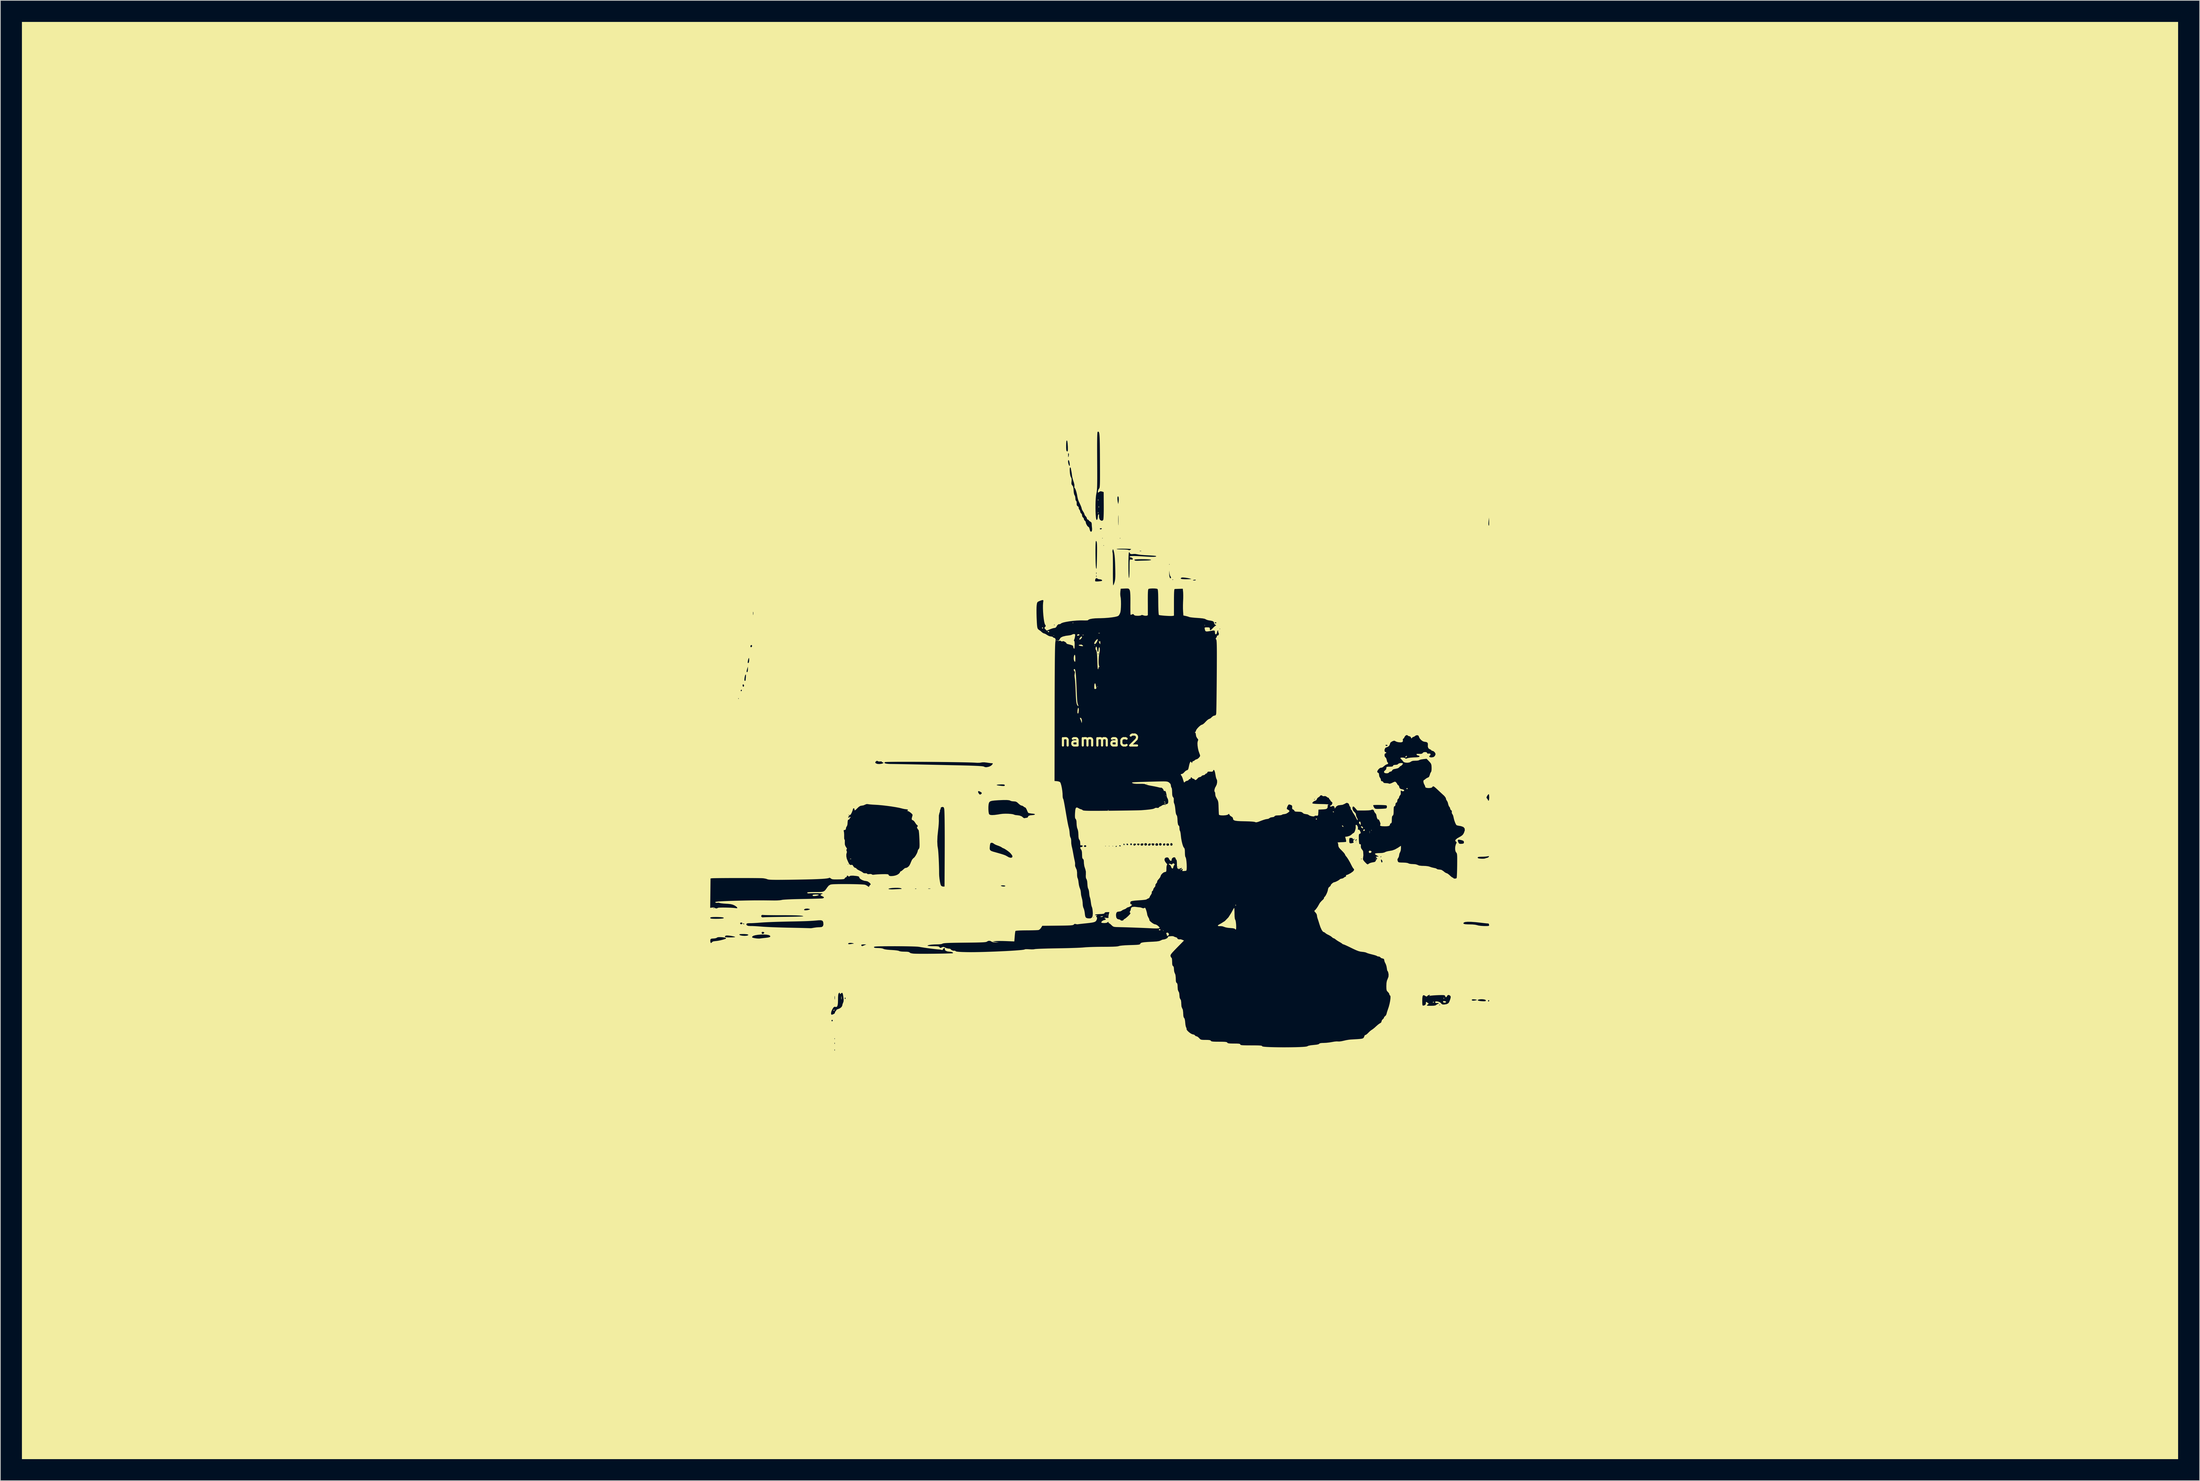
<source format=kicad_pcb>
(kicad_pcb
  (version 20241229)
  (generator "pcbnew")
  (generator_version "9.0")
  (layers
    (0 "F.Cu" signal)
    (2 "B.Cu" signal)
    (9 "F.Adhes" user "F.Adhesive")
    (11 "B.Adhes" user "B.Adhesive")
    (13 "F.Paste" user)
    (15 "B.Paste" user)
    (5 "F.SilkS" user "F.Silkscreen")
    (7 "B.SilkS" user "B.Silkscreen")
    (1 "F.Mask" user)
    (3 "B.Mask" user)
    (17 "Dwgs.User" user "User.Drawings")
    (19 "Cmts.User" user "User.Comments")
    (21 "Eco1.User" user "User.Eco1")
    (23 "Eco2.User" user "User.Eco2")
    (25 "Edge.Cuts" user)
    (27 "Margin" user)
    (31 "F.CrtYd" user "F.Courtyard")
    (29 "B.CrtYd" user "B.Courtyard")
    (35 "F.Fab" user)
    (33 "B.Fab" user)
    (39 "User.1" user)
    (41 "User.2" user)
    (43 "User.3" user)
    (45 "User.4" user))
  (footprint "nammac2"
    (layer "F.Cu")
    (at 149.945 99.991)
    (property "Reference" "nammac2" (at 0 0 0) (layer "F.SilkS") (effects (font (size 1.524 1.524) (thickness 0.3))))
    (attr board_only exclude_from_pos_files exclude_from_bom)
    (fp_poly (pts (xy -6.35 -14.605) (xy -6.392 -14.563) (xy -6.435 -14.605) (xy -6.392 -14.647)) (stroke (width 0) (type solid)) (fill yes) (layer "F.SilkS"))
    (fp_poly (pts (xy -0.677 -13.25) (xy -0.72 -13.208) (xy -0.762 -13.25) (xy -0.72 -13.293)) (stroke (width 0) (type solid)) (fill yes) (layer "F.SilkS"))
    (fp_poly (pts (xy -0.254 -7.493) (xy -0.296 -7.451) (xy -0.339 -7.493) (xy -0.296 -7.535)) (stroke (width 0) (type solid)) (fill yes) (layer "F.SilkS"))
    (fp_poly (pts (xy 8.89 26.458) (xy 8.848 26.501) (xy 8.805 26.458) (xy 8.848 26.416)) (stroke (width 0) (type solid)) (fill yes) (layer "F.SilkS"))
    (fp_poly (pts (xy 9.229 7.662) (xy 9.186 7.705) (xy 9.144 7.662) (xy 9.186 7.62)) (stroke (width 0) (type solid)) (fill yes) (layer "F.SilkS"))
    (fp_poly (pts (xy 14.647 -16.044) (xy 14.605 -16.002) (xy 14.563 -16.044) (xy 14.605 -16.087)) (stroke (width 0) (type solid)) (fill yes) (layer "F.SilkS"))
    (fp_poly (pts (xy 37.592 12.658) (xy 37.55 12.7) (xy 37.507 12.658) (xy 37.55 12.615)) (stroke (width 0) (type solid)) (fill yes) (layer "F.SilkS"))
    (fp_poly (pts (xy 37.592 12.827) (xy 37.55 12.869) (xy 37.507 12.827) (xy 37.55 12.785)) (stroke (width 0) (type solid)) (fill yes) (layer "F.SilkS"))
    (fp_poly (pts (xy 37.846 12.488) (xy 37.804 12.531) (xy 37.761 12.488) (xy 37.804 12.446)) (stroke (width 0) (type solid)) (fill yes) (layer "F.SilkS"))
    (fp_poly (pts (xy -34.567 16.459) (xy -34.592 16.497) (xy -34.678 16.503) (xy -34.768 16.483) (xy -34.729 16.452) (xy -34.597 16.442)) (stroke (width 0) (type solid)) (fill yes) (layer "F.SilkS"))
    (fp_poly (pts (xy -5.87 -13.942) (xy -5.882 -13.891) (xy -5.927 -13.885) (xy -5.996 -13.916) (xy -5.983 -13.942) (xy -5.883 -13.952)) (stroke (width 0) (type solid)) (fill yes) (layer "F.SilkS"))
    (fp_poly (pts (xy -3.669 -16.397) (xy -3.681 -16.347) (xy -3.725 -16.341) (xy -3.795 -16.372) (xy -3.782 -16.397) (xy -3.681 -16.407)) (stroke (width 0) (type solid)) (fill yes) (layer "F.SilkS"))
    (fp_poly (pts (xy -2.224 -14.698) (xy -2.25 -14.66) (xy -2.335 -14.654) (xy -2.426 -14.675) (xy -2.387 -14.705) (xy -2.254 -14.715)) (stroke (width 0) (type solid)) (fill yes) (layer "F.SilkS"))
    (fp_poly (pts (xy -0.196 -33.544) (xy -0.186 -33.412) (xy -0.203 -33.382) (xy -0.241 -33.407) (xy -0.247 -33.493) (xy -0.227 -33.583)) (stroke (width 0) (type solid)) (fill yes) (layer "F.SilkS"))
    (fp_poly (pts (xy -0.196 -31.766) (xy -0.186 -31.634) (xy -0.203 -31.604) (xy -0.241 -31.629) (xy -0.247 -31.715) (xy -0.227 -31.805)) (stroke (width 0) (type solid)) (fill yes) (layer "F.SilkS"))
    (fp_poly (pts (xy -0.113 -32.618) (xy -0.102 -32.444) (xy -0.113 -32.406) (xy -0.144 -32.396) (xy -0.156 -32.512) (xy -0.143 -32.632)) (stroke (width 0) (type solid)) (fill yes) (layer "F.SilkS"))
    (fp_poly (pts (xy 0.021 -14.957) (xy 0.032 -14.927) (xy -0.085 -14.915) (xy -0.205 -14.928) (xy -0.191 -14.957) (xy -0.017 -14.969)) (stroke (width 0) (type solid)) (fill yes) (layer "F.SilkS"))
    (fp_poly (pts (xy 1.072 24.243) (xy 1.061 24.293) (xy 1.016 24.299) (xy 0.946 24.268) (xy 0.96 24.243) (xy 1.06 24.233)) (stroke (width 0) (type solid)) (fill yes) (layer "F.SilkS"))
    (fp_poly (pts (xy 1.242 9.68) (xy 1.23 9.731) (xy 1.185 9.737) (xy 1.116 9.706) (xy 1.129 9.68) (xy 1.229 9.67)) (stroke (width 0) (type solid)) (fill yes) (layer "F.SilkS"))
    (fp_poly (pts (xy 9.121 8.5) (xy 9.096 8.539) (xy 9.01 8.545) (xy 8.92 8.524) (xy 8.959 8.493) (xy 9.091 8.483)) (stroke (width 0) (type solid)) (fill yes) (layer "F.SilkS"))
    (fp_poly (pts (xy 18.939 22.844) (xy 18.949 22.976) (xy 18.932 23.006) (xy 18.893 22.981) (xy 18.887 22.895) (xy 18.908 22.805)) (stroke (width 0) (type solid)) (fill yes) (layer "F.SilkS"))
    (fp_poly (pts (xy 38.495 16.454) (xy 38.483 16.504) (xy 38.439 16.51) (xy 38.369 16.479) (xy 38.382 16.454) (xy 38.483 16.443)) (stroke (width 0) (type solid)) (fill yes) (layer "F.SilkS"))
    (fp_poly (pts (xy 47.895 35.798) (xy 47.905 35.93) (xy 47.888 35.96) (xy 47.849 35.935) (xy 47.843 35.849) (xy 47.864 35.759)) (stroke (width 0) (type solid)) (fill yes) (layer "F.SilkS"))
    (fp_poly (pts (xy -36.873 37.508) (xy -36.963 37.578) (xy -37.061 37.59) (xy -37.084 37.559) (xy -37.018 37.504) (xy -36.953 37.475) (xy -36.865 37.469)) (stroke (width 0) (type solid)) (fill yes) (layer "F.SilkS"))
    (fp_poly (pts (xy 33.865 11.894) (xy 33.92 12) (xy 33.882 12.023) (xy 33.758 11.96) (xy 33.736 11.932) (xy 33.704 11.822) (xy 33.77 11.813)) (stroke (width 0) (type solid)) (fill yes) (layer "F.SilkS"))
    (fp_poly (pts (xy 36.887 12.411) (xy 36.873 12.512) (xy 36.761 12.596) (xy 36.675 12.559) (xy 36.661 12.495) (xy 36.729 12.379) (xy 36.795 12.361)) (stroke (width 0) (type solid)) (fill yes) (layer "F.SilkS"))
    (fp_poly (pts (xy -35.924 35.623) (xy -35.91 35.87) (xy -35.924 36.005) (xy -35.945 36.045) (xy -35.958 35.938) (xy -35.96 35.814) (xy -35.954 35.631) (xy -35.937 35.581)) (stroke (width 0) (type solid)) (fill yes) (layer "F.SilkS"))
    (fp_poly (pts (xy -7.876 -15.684) (xy -7.874 -15.663) (xy -7.938 -15.581) (xy -7.959 -15.579) (xy -8.041 -15.643) (xy -8.043 -15.663) (xy -7.979 -15.746) (xy -7.959 -15.748)) (stroke (width 0) (type solid)) (fill yes) (layer "F.SilkS"))
    (fp_poly (pts (xy -7.043 -15.196) (xy -7.027 -15.155) (xy -7.088 -15.073) (xy -7.107 -15.071) (xy -7.222 -15.132) (xy -7.239 -15.155) (xy -7.22 -15.228) (xy -7.159 -15.24)) (stroke (width 0) (type solid)) (fill yes) (layer "F.SilkS"))
    (fp_poly (pts (xy -2.815 -14.749) (xy -2.824 -14.672) (xy -2.928 -14.614) (xy -3.078 -14.568) (xy -3.128 -14.611) (xy -3.133 -14.684) (xy -3.063 -14.779) (xy -2.963 -14.793)) (stroke (width 0) (type solid)) (fill yes) (layer "F.SilkS"))
    (fp_poly (pts (xy 0.458 24.481) (xy 0.365 24.531) (xy 0.218 24.555) (xy 0.103 24.543) (xy 0.085 24.521) (xy 0.157 24.483) (xy 0.294 24.448) (xy 0.433 24.442)) (stroke (width 0) (type solid)) (fill yes) (layer "F.SilkS"))
    (fp_poly (pts (xy 8.452 26.292) (xy 8.467 26.331) (xy 8.398 26.406) (xy 8.34 26.416) (xy 8.227 26.37) (xy 8.213 26.331) (xy 8.281 26.256) (xy 8.34 26.247)) (stroke (width 0) (type solid)) (fill yes) (layer "F.SilkS"))
    (fp_poly (pts (xy 9.143 8.702) (xy 9.144 8.721) (xy 9.079 8.802) (xy 9.054 8.805) (xy 9.004 8.753) (xy 9.017 8.721) (xy 9.093 8.64) (xy 9.107 8.636)) (stroke (width 0) (type solid)) (fill yes) (layer "F.SilkS"))
    (fp_poly (pts (xy 30.224 10.902) (xy 30.226 10.922) (xy 30.162 11.004) (xy 30.141 11.007) (xy 30.059 10.942) (xy 30.057 10.922) (xy 30.121 10.84) (xy 30.141 10.837)) (stroke (width 0) (type solid)) (fill yes) (layer "F.SilkS"))
    (fp_poly (pts (xy 32.512 9.864) (xy 32.593 9.94) (xy 32.597 9.953) (xy 32.531 9.99) (xy 32.512 9.991) (xy 32.431 9.926) (xy 32.427 9.901) (xy 32.479 9.85)) (stroke (width 0) (type solid)) (fill yes) (layer "F.SilkS"))
    (fp_poly (pts (xy 36.568 12.007) (xy 36.611 12.077) (xy 36.645 12.217) (xy 36.579 12.225) (xy 36.47 12.155) (xy 36.339 12.027) (xy 36.356 11.952) (xy 36.44 11.938)) (stroke (width 0) (type solid)) (fill yes) (layer "F.SilkS"))
    (fp_poly (pts (xy 42.745 2.156) (xy 42.741 2.207) (xy 42.634 2.335) (xy 42.593 2.355) (xy 42.514 2.332) (xy 42.519 2.281) (xy 42.626 2.152) (xy 42.667 2.133)) (stroke (width 0) (type solid)) (fill yes) (layer "F.SilkS"))
    (fp_poly (pts (xy 42.839 6.668) (xy 42.841 6.689) (xy 42.777 6.771) (xy 42.757 6.773) (xy 42.674 6.709) (xy 42.672 6.689) (xy 42.736 6.606) (xy 42.757 6.604)) (stroke (width 0) (type solid)) (fill yes) (layer "F.SilkS"))
    (fp_poly (pts (xy 46.481 36.388) (xy 46.482 36.407) (xy 46.417 36.488) (xy 46.392 36.491) (xy 46.342 36.439) (xy 46.355 36.407) (xy 46.431 36.326) (xy 46.445 36.322)) (stroke (width 0) (type solid)) (fill yes) (layer "F.SilkS"))
    (fp_poly (pts (xy -2.456 -14.425) (xy -2.5 -14.294) (xy -2.622 -14.142) (xy -2.756 -14.047) (xy -2.836 -14.054) (xy -2.82 -14.163) (xy -2.726 -14.314) (xy -2.603 -14.441) (xy -2.521 -14.478)) (stroke (width 0) (type solid)) (fill yes) (layer "F.SilkS"))
    (fp_poly (pts (xy -2.619 -3.154) (xy -2.531 -3.02) (xy -2.477 -2.821) (xy -2.476 -2.642) (xy -2.507 -2.413) (xy -2.578 -2.667) (xy -2.652 -2.88) (xy -2.725 -3.019) (xy -2.75 -3.136) (xy -2.718 -3.17)) (stroke (width 0) (type solid)) (fill yes) (layer "F.SilkS"))
    (fp_poly (pts (xy -2.388 -13.261) (xy -2.302 -13.16) (xy -2.356 -13.129) (xy -2.458 -13.129) (xy -2.698 -13.163) (xy -2.836 -13.204) (xy -2.938 -13.257) (xy -2.901 -13.297) (xy -2.766 -13.336) (xy -2.533 -13.35)) (stroke (width 0) (type solid)) (fill yes) (layer "F.SilkS"))
    (fp_poly (pts (xy 37.754 15.37) (xy 37.822 15.471) (xy 37.76 15.581) (xy 37.751 15.587) (xy 37.594 15.658) (xy 37.486 15.614) (xy 37.479 15.607) (xy 37.421 15.464) (xy 37.492 15.349) (xy 37.587 15.325)) (stroke (width 0) (type solid)) (fill yes) (layer "F.SilkS"))
    (fp_poly (pts (xy -2.931 -4.496) (xy -2.913 -4.296) (xy -2.919 -4.131) (xy -2.956 -3.855) (xy -3.011 -3.745) (xy -3.081 -3.796) (xy -3.101 -3.922) (xy -3.092 -4.15) (xy -3.078 -4.273) (xy -3.028 -4.498) (xy -2.975 -4.568)) (stroke (width 0) (type solid)) (fill yes) (layer "F.SilkS"))
    (fp_poly (pts (xy 36.289 11.382) (xy 36.311 11.558) (xy 36.298 11.699) (xy 36.267 11.805) (xy 36.249 11.748) (xy 36.199 11.622) (xy 36.153 11.599) (xy 36.084 11.528) (xy 36.068 11.43) (xy 36.114 11.287) (xy 36.212 11.276)) (stroke (width 0) (type solid)) (fill yes) (layer "F.SilkS"))
    (fp_poly (pts (xy 47.966 36.254) (xy 48.118 36.295) (xy 48.199 36.364) (xy 48.199 36.364) (xy 48.147 36.438) (xy 48.008 36.477) (xy 47.862 36.467) (xy 47.812 36.438) (xy 47.752 36.312) (xy 47.752 36.302) (xy 47.818 36.253)) (stroke (width 0) (type solid)) (fill yes) (layer "F.SilkS"))
    (fp_poly (pts (xy -39.225 21.432) (xy -39.087 21.462) (xy -39.078 21.495) (xy -39.212 21.556) (xy -39.43 21.607) (xy -39.665 21.637) (xy -39.849 21.637) (xy -39.907 21.617) (xy -39.962 21.515) (xy -39.871 21.451) (xy -39.627 21.423) (xy -39.48 21.421)) (stroke (width 0) (type solid)) (fill yes) (layer "F.SilkS"))
    (fp_poly (pts (xy 9.558 26.793) (xy 9.632 26.954) (xy 9.585 27.105) (xy 9.441 27.178) (xy 9.429 27.178) (xy 9.334 27.153) (xy 9.341 27.122) (xy 9.342 27.021) (xy 9.297 26.947) (xy 9.256 26.818) (xy 9.328 26.736) (xy 9.46 26.732)) (stroke (width 0) (type solid)) (fill yes) (layer "F.SilkS"))
    (fp_poly (pts (xy -3.425 -11.861) (xy -3.396 -11.661) (xy -3.387 -11.43) (xy -3.394 -11.115) (xy -3.421 -10.959) (xy -3.471 -10.954) (xy -3.551 -11.091) (xy -3.568 -11.127) (xy -3.612 -11.317) (xy -3.612 -11.551) (xy -3.577 -11.769) (xy -3.513 -11.913) (xy -3.467 -11.938)) (stroke (width 0) (type solid)) (fill yes) (layer "F.SilkS"))
    (fp_poly (pts (xy -0.278 -14.004) (xy -0.344 -13.823) (xy -0.449 -13.629) (xy -0.564 -13.485) (xy -0.602 -13.457) (xy -0.725 -13.418) (xy -0.761 -13.51) (xy -0.762 -13.548) (xy -0.715 -13.681) (xy -0.603 -13.851) (xy -0.464 -14.009) (xy -0.342 -14.107) (xy -0.283 -14.112)) (stroke (width 0) (type solid)) (fill yes) (layer "F.SilkS"))
    (fp_poly (pts (xy -0.582 -7.859) (xy -0.556 -7.749) (xy -0.507 -7.514) (xy -0.461 -7.343) (xy -0.456 -7.329) (xy -0.49 -7.223) (xy -0.588 -7.173) (xy -0.698 -7.164) (xy -0.748 -7.238) (xy -0.761 -7.435) (xy -0.761 -7.48) (xy -0.743 -7.761) (xy -0.699 -7.928) (xy -0.641 -7.966)) (stroke (width 0) (type solid)) (fill yes) (layer "F.SilkS"))
    (fp_poly (pts (xy -0.089 -13.844) (xy -0.083 -13.794) (xy -0.067 -13.721) (xy -0.003 -13.796) (xy 0 -13.801) (xy 0.056 -13.85) (xy 0.08 -13.755) (xy 0.083 -13.652) (xy 0.078 -13.444) (xy 0.05 -13.399) (xy -0.019 -13.512) (xy -0.063 -13.605) (xy -0.125 -13.778) (xy -0.126 -13.872)) (stroke (width 0) (type solid)) (fill yes) (layer "F.SilkS"))
    (fp_poly (pts (xy 10.342 17.134) (xy 10.43 17.231) (xy 10.37 17.331) (xy 10.36 17.34) (xy 10.26 17.514) (xy 10.245 17.605) (xy 10.199 17.772) (xy 10.097 17.81) (xy 9.991 17.72) (xy 9.946 17.6) (xy 9.847 17.387) (xy 9.714 17.28) (xy 9.603 17.212) (xy 9.641 17.152) (xy 9.783 17.147) (xy 9.877 17.198) (xy 10 17.262) (xy 10.102 17.18) (xy 10.108 17.172) (xy 10.22 17.083)) (stroke (width 0) (type solid)) (fill yes) (layer "F.SilkS"))
    (fp_poly (pts (xy -3.448 -9.908) (xy -3.398 -9.762) (xy -3.354 -9.505) (xy -3.316 -9.125) (xy -3.28 -8.608) (xy -3.246 -7.943) (xy -3.226 -7.481) (xy -3.198 -6.808) (xy -3.174 -6.283) (xy -3.153 -5.883) (xy -3.134 -5.588) (xy -3.113 -5.374) (xy -3.089 -5.222) (xy -3.06 -5.108) (xy -3.025 -5.011) (xy -3.008 -4.971) (xy -2.964 -4.815) (xy -3.001 -4.782) (xy -3.089 -4.87) (xy -3.159 -4.989) (xy -3.212 -5.149) (xy -3.256 -5.405) (xy -3.292 -5.778) (xy -3.322 -6.285) (xy -3.344 -6.836) (xy -3.366 -7.36) (xy -3.393 -7.844) (xy -3.422 -8.257) (xy -3.452 -8.564) (xy -3.477 -8.725) (xy -3.511 -9.047) (xy -3.479 -9.287) (xy -3.447 -9.51) (xy -3.52 -9.664) (xy -3.54 -9.684) (xy -3.626 -9.815) (xy -3.577 -9.919) (xy -3.507 -9.956)) (stroke (width 0) (type solid)) (fill yes) (layer "F.SilkS"))
    (fp_poly (pts (xy 18.727 23.362) (xy 18.743 23.573) (xy 18.752 23.878) (xy 18.753 24.067) (xy 18.764 24.499) (xy 18.797 24.793) (xy 18.851 24.933) (xy 18.853 24.934) (xy 18.903 25.054) (xy 18.944 25.287) (xy 18.974 25.581) (xy 18.988 25.88) (xy 18.982 26.132) (xy 18.954 26.282) (xy 18.945 26.296) (xy 18.869 26.287) (xy 18.839 26.238) (xy 18.739 26.164) (xy 18.496 26.115) (xy 18.185 26.092) (xy 17.842 26.06) (xy 17.534 26.004) (xy 17.332 25.938) (xy 17.084 25.851) (xy 16.863 25.827) (xy 16.565 25.829) (xy 16.431 25.786) (xy 16.46 25.7) (xy 16.652 25.572) (xy 16.828 25.484) (xy 17.406 25.12) (xy 17.904 24.607) (xy 18.322 23.945) (xy 18.323 23.942) (xy 18.479 23.647) (xy 18.608 23.42) (xy 18.691 23.297) (xy 18.707 23.283)) (stroke (width 0) (type solid)) (fill yes) (layer "F.SilkS"))
    (fp_poly (pts (xy 42.178 3.176) (xy 42.185 3.182) (xy 42.168 3.265) (xy 42.07 3.394) (xy 41.943 3.51) (xy 41.846 3.556) (xy 41.755 3.619) (xy 41.681 3.717) (xy 41.504 3.85) (xy 41.173 3.934) (xy 41.161 3.935) (xy 40.883 3.992) (xy 40.738 4.078) (xy 40.698 4.155) (xy 40.586 4.292) (xy 40.476 4.318) (xy 40.31 4.371) (xy 40.247 4.445) (xy 40.134 4.533) (xy 39.928 4.565) (xy 39.697 4.534) (xy 39.645 4.516) (xy 39.547 4.41) (xy 39.578 4.265) (xy 39.709 4.149) (xy 39.848 3.99) (xy 39.878 3.849) (xy 39.89 3.73) (xy 39.956 3.668) (xy 40.115 3.644) (xy 40.344 3.641) (xy 40.624 3.629) (xy 40.769 3.589) (xy 40.809 3.514) (xy 40.867 3.424) (xy 41.056 3.388) (xy 41.139 3.387) (xy 41.402 3.352) (xy 41.517 3.26) (xy 41.623 3.182) (xy 41.82 3.136) (xy 42.031 3.131)) (stroke (width 0) (type solid)) (fill yes) (layer "F.SilkS"))
    (fp_poly (pts (xy -3.46 -14.803) (xy -3.415 -14.73) (xy -3.426 -14.552) (xy -3.44 -14.457) (xy -3.491 -14.21) (xy -3.552 -14.031) (xy -3.571 -13.999) (xy -3.594 -13.897) (xy -3.555 -13.871) (xy -3.505 -13.769) (xy -3.484 -13.519) (xy -3.488 -13.249) (xy -3.504 -12.947) (xy -3.525 -12.792) (xy -3.558 -12.76) (xy -3.611 -12.829) (xy -3.623 -12.85) (xy -3.69 -13.02) (xy -3.686 -13.118) (xy -3.728 -13.192) (xy -3.926 -13.28) (xy -4.268 -13.377) (xy -4.434 -13.416) (xy -4.589 -13.469) (xy -4.626 -13.521) (xy -4.625 -13.522) (xy -4.654 -13.594) (xy -4.793 -13.707) (xy -4.839 -13.736) (xy -5.055 -13.835) (xy -5.161 -13.807) (xy -5.261 -13.771) (xy -5.381 -13.836) (xy -5.552 -13.908) (xy -5.651 -13.868) (xy -5.742 -13.826) (xy -5.757 -13.875) (xy -5.7 -13.965) (xy -5.674 -13.97) (xy -5.592 -14.041) (xy -5.543 -14.162) (xy -5.417 -14.328) (xy -5.142 -14.465) (xy -4.734 -14.567) (xy -4.361 -14.616) (xy -4.1 -14.654) (xy -3.909 -14.706) (xy -3.857 -14.736) (xy -3.714 -14.8) (xy -3.58 -14.817)) (stroke (width 0) (type solid)) (fill yes) (layer "F.SilkS"))
    (fp_poly (pts (xy -0.405 -12.973) (xy -0.361 -12.748) (xy -0.355 -12.677) (xy -0.318 -12.446) (xy -0.26 -12.333) (xy -0.203 -12.351) (xy -0.171 -12.513) (xy -0.169 -12.571) (xy -0.143 -12.801) (xy -0.108 -12.926) (xy -0.055 -12.993) (xy -0.015 -12.93) (xy 0.01 -12.777) (xy 0.012 -12.574) (xy -0.011 -12.361) (xy -0.03 -12.277) (xy -0.085 -11.998) (xy -0.124 -11.646) (xy -0.146 -11.267) (xy -0.15 -10.904) (xy -0.135 -10.602) (xy -0.1 -10.405) (xy -0.08 -10.367) (xy -0.026 -10.265) (xy -0.074 -10.245) (xy -0.151 -10.174) (xy -0.169 -10.075) (xy -0.199 -9.938) (xy -0.24 -9.906) (xy -0.27 -9.985) (xy -0.296 -10.199) (xy -0.315 -10.512) (xy -0.323 -10.816) (xy -0.34 -11.434) (xy -0.37 -11.937) (xy -0.385 -12.072) (xy -0.247 -12.072) (xy -0.232 -11.962) (xy -0.203 -11.961) (xy -0.183 -12.074) (xy -0.196 -12.123) (xy -0.234 -12.155) (xy -0.247 -12.072) (xy -0.385 -12.072) (xy -0.412 -12.31) (xy -0.465 -12.541) (xy -0.523 -12.615) (xy -0.573 -12.687) (xy -0.577 -12.848) (xy -0.531 -13.037) (xy -0.468 -13.074)) (stroke (width 0) (type solid)) (fill yes) (layer "F.SilkS"))
    (fp_poly (pts (xy 150.029 99.991) (xy -149.945 99.991) (xy -149.945 43.046) (xy -36.908 43.046) (xy -36.892 43.156) (xy -36.864 43.157) (xy -36.843 43.044) (xy -36.857 42.995) (xy -36.894 42.963) (xy -36.908 43.046) (xy -149.945 43.046) (xy -149.945 42.115) (xy -36.908 42.115) (xy -36.892 42.224) (xy -36.864 42.226) (xy -36.843 42.112) (xy -36.857 42.063) (xy -36.894 42.031) (xy -36.908 42.115) (xy -149.945 42.115) (xy -149.945 41.487) (xy -36.915 41.487) (xy -36.884 41.556) (xy -36.858 41.543) (xy -36.848 41.443) (xy -36.858 41.43) (xy -36.909 41.442) (xy -36.915 41.487) (xy -149.945 41.487) (xy -149.945 38.996) (xy -37.313 38.996) (xy -37.294 39.035) (xy -37.22 39.084) (xy -37.161 39.019) (xy -37.141 38.903) (xy -37.177 38.874) (xy -37.3 38.885) (xy -37.313 38.996) (xy -149.945 38.996) (xy -149.945 37.968) (xy -37.378 37.968) (xy -37.349 38.118) (xy -37.257 38.158) (xy -37.225 38.147) (xy -37.061 38.078) (xy -36.978 38.048) (xy -36.853 37.929) (xy -36.83 37.836) (xy -36.793 37.704) (xy -36.745 37.677) (xy -36.671 37.608) (xy -36.661 37.548) (xy -36.585 37.437) (xy -36.413 37.369) (xy -36.149 37.266) (xy -35.935 37.096) (xy -35.821 36.902) (xy -35.813 36.848) (xy -35.775 36.667) (xy -35.699 36.484) (xy -35.635 36.289) (xy -35.626 36.025) (xy -35.645 35.851) (xy -35.475 35.851) (xy -35.447 35.974) (xy -35.374 35.937) (xy -35.352 35.905) (xy -35.363 35.796) (xy -35.389 35.773) (xy -35.463 35.791) (xy -35.475 35.851) (xy -35.645 35.851) (xy -35.657 35.735) (xy -35.711 35.383) (xy -35.765 35.179) (xy -35.83 35.101) (xy -35.921 35.129) (xy -35.992 35.187) (xy -36.11 35.283) (xy -36.149 35.262) (xy -36.153 35.182) (xy -36.174 35.081) (xy -36.264 35.124) (xy -36.28 35.137) (xy -36.343 35.233) (xy -36.382 35.417) (xy -36.402 35.716) (xy -36.407 36.068) (xy -36.42 36.536) (xy -36.465 36.85) (xy -36.547 37.028) (xy -36.67 37.082) (xy -36.773 37.059) (xy -36.906 37.046) (xy -37.031 37.135) (xy -37.171 37.349) (xy -37.246 37.491) (xy -37.345 37.746) (xy -37.378 37.968) (xy -149.945 37.968) (xy -149.945 35.772) (xy -36.89 35.772) (xy -36.885 35.972) (xy -36.87 36.046) (xy -36.855 36.006) (xy -36.84 35.773) (xy -36.854 35.582) (xy -36.873 35.524) (xy -36.887 35.615) (xy -36.89 35.772) (xy -149.945 35.772) (xy -149.945 28.747) (xy -31.411 28.747) (xy -31.373 28.816) (xy -31.239 28.855) (xy -30.978 28.87) (xy -30.838 28.871) (xy -30.473 28.89) (xy -30.201 28.941) (xy -30.097 28.987) (xy -29.921 29.048) (xy -29.596 29.099) (xy -29.143 29.137) (xy -28.97 29.146) (xy -28.573 29.172) (xy -28.24 29.208) (xy -28.007 29.249) (xy -27.916 29.285) (xy -27.788 29.331) (xy -27.536 29.365) (xy -27.207 29.379) (xy -27.165 29.379) (xy -26.796 29.389) (xy -26.569 29.422) (xy -26.454 29.483) (xy -26.441 29.502) (xy -26.301 29.587) (xy -25.997 29.642) (xy -25.823 29.655) (xy -25.556 29.665) (xy -25.175 29.671) (xy -24.704 29.674) (xy -24.167 29.673) (xy -23.588 29.67) (xy -22.993 29.665) (xy -22.406 29.657) (xy -21.851 29.648) (xy -21.354 29.637) (xy -20.939 29.625) (xy -20.63 29.612) (xy -20.452 29.599) (xy -20.419 29.591) (xy -20.422 29.513) (xy -20.549 29.439) (xy -20.753 29.39) (xy -20.888 29.381) (xy -21.199 29.344) (xy -21.429 29.251) (xy -21.544 29.118) (xy -21.543 29.027) (xy -21.548 28.896) (xy -21.621 28.871) (xy -21.746 28.942) (xy -21.802 29.042) (xy -21.884 29.158) (xy -21.956 29.148) (xy -22.1 29.104) (xy -22.333 29.074) (xy -22.394 29.071) (xy -22.637 29.052) (xy -23.005 29.012) (xy -23.454 28.956) (xy -23.943 28.891) (xy -24.428 28.821) (xy -24.867 28.753) (xy -25.146 28.705) (xy -25.342 28.684) (xy -25.683 28.666) (xy -26.146 28.65) (xy -26.708 28.637) (xy -27.343 28.628) (xy -28.03 28.622) (xy -28.512 28.621) (xy -29.299 28.623) (xy -29.934 28.626) (xy -30.431 28.632) (xy -30.806 28.641) (xy -31.075 28.654) (xy -31.254 28.673) (xy -31.359 28.696) (xy -31.405 28.726) (xy -31.411 28.747) (xy -149.945 28.747) (xy -149.945 28.454) (xy -33.189 28.454) (xy -33.133 28.561) (xy -33.087 28.603) (xy -33.029 28.606) (xy -32.907 28.56) (xy -32.871 28.544) (xy -23.961 28.544) (xy -23.882 28.576) (xy -23.671 28.6) (xy -23.365 28.615) (xy -23.161 28.617) (xy -22.774 28.622) (xy -22.523 28.64) (xy -22.375 28.677) (xy -22.295 28.738) (xy -22.279 28.763) (xy -22.203 28.856) (xy -22.094 28.847) (xy -21.975 28.789) (xy -21.798 28.717) (xy -21.644 28.742) (xy -21.51 28.813) (xy -21.252 28.917) (xy -21.005 28.956) (xy -20.824 28.976) (xy -20.744 29.024) (xy -20.743 29.027) (xy -20.672 29.116) (xy -20.51 29.202) (xy -20.331 29.252) (xy -20.22 29.243) (xy -20.107 29.253) (xy -20.062 29.301) (xy -19.99 29.345) (xy -19.824 29.379) (xy -19.544 29.405) (xy -19.134 29.426) (xy -18.575 29.441) (xy -18.484 29.443) (xy -17.981 29.448) (xy -17.39 29.444) (xy -16.729 29.433) (xy -16.019 29.415) (xy -15.279 29.391) (xy -14.528 29.363) (xy -13.786 29.331) (xy -13.071 29.296) (xy -12.403 29.259) (xy -11.802 29.221) (xy -11.287 29.182) (xy -10.876 29.145) (xy -10.591 29.109) (xy -10.448 29.075) (xy -10.436 29.065) (xy -10.347 29.038) (xy -10.134 29.031) (xy -9.84 29.044) (xy -9.8 29.047) (xy -9.477 29.062) (xy -9.209 29.056) (xy -9.05 29.029) (xy -9.045 29.027) (xy -8.93 29.01) (xy -8.666 28.992) (xy -8.273 28.973) (xy -7.771 28.956) (xy -7.182 28.939) (xy -6.524 28.925) (xy -5.912 28.915) (xy -5.181 28.902) (xy -4.471 28.886) (xy -3.81 28.867) (xy -3.222 28.847) (xy -2.734 28.825) (xy -2.371 28.803) (xy -2.201 28.788) (xy -1.902 28.763) (xy -1.47 28.741) (xy -0.941 28.723) (xy -0.351 28.71) (xy 0.262 28.703) (xy 0.492 28.703) (xy 1.239 28.698) (xy 1.823 28.686) (xy 2.25 28.665) (xy 2.527 28.636) (xy 2.651 28.602) (xy 2.809 28.562) (xy 3.112 28.525) (xy 3.534 28.493) (xy 4.052 28.469) (xy 4.223 28.464) (xy 4.741 28.448) (xy 5.114 28.431) (xy 5.366 28.41) (xy 5.522 28.381) (xy 5.607 28.342) (xy 5.645 28.289) (xy 5.65 28.272) (xy 5.694 28.199) (xy 5.796 28.142) (xy 5.978 28.097) (xy 6.26 28.06) (xy 6.663 28.029) (xy 7.207 28.001) (xy 7.426 27.991) (xy 7.915 27.958) (xy 8.254 27.907) (xy 8.46 27.835) (xy 8.482 27.82) (xy 8.709 27.716) (xy 8.888 27.685) (xy 9.065 27.653) (xy 9.255 27.575) (xy 9.414 27.478) (xy 9.5 27.387) (xy 9.47 27.329) (xy 9.478 27.298) (xy 9.621 27.259) (xy 9.771 27.235) (xy 10.031 27.215) (xy 10.225 27.23) (xy 10.278 27.251) (xy 10.426 27.324) (xy 10.608 27.38) (xy 10.761 27.443) (xy 10.797 27.513) (xy 10.826 27.588) (xy 10.948 27.652) (xy 11.091 27.674) (xy 11.154 27.657) (xy 11.269 27.66) (xy 11.46 27.719) (xy 11.472 27.724) (xy 11.726 27.83) (xy 10.763 28.811) (xy 10.401 29.183) (xy 10.143 29.458) (xy 9.976 29.657) (xy 9.882 29.8) (xy 9.847 29.909) (xy 9.853 30.003) (xy 9.855 30.008) (xy 9.923 30.17) (xy 9.992 30.226) (xy 10.035 30.303) (xy 10.064 30.506) (xy 10.075 30.779) (xy 10.087 31.106) (xy 10.125 31.296) (xy 10.197 31.379) (xy 10.202 31.381) (xy 10.291 31.49) (xy 10.328 31.739) (xy 10.329 31.828) (xy 10.355 32.104) (xy 10.42 32.331) (xy 10.454 32.39) (xy 10.535 32.601) (xy 10.576 32.951) (xy 10.581 33.117) (xy 10.593 33.447) (xy 10.632 33.64) (xy 10.703 33.725) (xy 10.71 33.728) (xy 10.788 33.813) (xy 10.828 34.01) (xy 10.837 34.281) (xy 10.864 34.665) (xy 10.945 34.89) (xy 10.964 34.913) (xy 11.052 35.097) (xy 11.09 35.4) (xy 11.091 35.459) (xy 11.121 35.783) (xy 11.206 35.972) (xy 11.218 35.983) (xy 11.303 36.139) (xy 11.342 36.435) (xy 11.345 36.601) (xy 11.373 36.998) (xy 11.458 37.235) (xy 11.475 37.257) (xy 11.566 37.462) (xy 11.61 37.828) (xy 11.615 37.965) (xy 11.639 38.334) (xy 11.696 38.544) (xy 11.741 38.594) (xy 11.817 38.723) (xy 11.873 39.001) (xy 11.895 39.236) (xy 11.927 39.545) (xy 11.976 39.794) (xy 12.027 39.926) (xy 12.088 40.057) (xy 12.08 40.108) (xy 12.096 40.227) (xy 12.22 40.396) (xy 12.414 40.58) (xy 12.638 40.747) (xy 12.854 40.862) (xy 12.994 40.894) (xy 13.167 40.943) (xy 13.239 41.021) (xy 13.354 41.127) (xy 13.452 41.148) (xy 13.61 41.209) (xy 13.793 41.361) (xy 13.83 41.402) (xy 13.946 41.528) (xy 14.061 41.604) (xy 14.223 41.642) (xy 14.476 41.655) (xy 14.729 41.656) (xy 15.092 41.663) (xy 15.316 41.689) (xy 15.432 41.739) (xy 15.463 41.783) (xy 15.513 41.837) (xy 15.63 41.873) (xy 15.84 41.896) (xy 16.169 41.907) (xy 16.606 41.91) (xy 17.07 41.913) (xy 17.391 41.925) (xy 17.594 41.949) (xy 17.705 41.986) (xy 17.749 42.037) (xy 17.805 42.096) (xy 17.937 42.135) (xy 18.174 42.156) (xy 18.543 42.164) (xy 18.678 42.164) (xy 19.082 42.168) (xy 19.343 42.182) (xy 19.491 42.211) (xy 19.552 42.259) (xy 19.558 42.291) (xy 19.579 42.337) (xy 19.658 42.37) (xy 19.816 42.394) (xy 20.074 42.408) (xy 20.455 42.416) (xy 20.98 42.418) (xy 21.082 42.418) (xy 21.633 42.42) (xy 22.036 42.426) (xy 22.313 42.439) (xy 22.486 42.461) (xy 22.576 42.493) (xy 22.605 42.537) (xy 22.606 42.545) (xy 22.687 42.581) (xy 22.914 42.612) (xy 23.265 42.638) (xy 23.718 42.658) (xy 24.249 42.673) (xy 24.835 42.683) (xy 25.455 42.688) (xy 26.084 42.687) (xy 26.702 42.681) (xy 27.284 42.67) (xy 27.809 42.653) (xy 28.253 42.631) (xy 28.593 42.604) (xy 28.808 42.571) (xy 28.869 42.547) (xy 29.039 42.471) (xy 29.354 42.407) (xy 29.752 42.364) (xy 30.177 42.319) (xy 30.438 42.262) (xy 30.539 42.193) (xy 30.636 42.124) (xy 30.87 42.087) (xy 31.145 42.079) (xy 31.536 42.06) (xy 31.982 42.009) (xy 32.323 41.951) (xy 32.654 41.894) (xy 32.946 41.866) (xy 33.137 41.873) (xy 33.144 41.874) (xy 33.329 41.88) (xy 33.614 41.844) (xy 33.926 41.776) (xy 34.296 41.693) (xy 34.673 41.63) (xy 34.925 41.604) (xy 35.5 41.572) (xy 35.93 41.545) (xy 36.238 41.519) (xy 36.447 41.49) (xy 36.58 41.456) (xy 36.662 41.413) (xy 36.715 41.357) (xy 36.719 41.352) (xy 36.809 41.182) (xy 36.83 41.089) (xy 36.898 40.991) (xy 36.955 40.979) (xy 37.082 40.92) (xy 37.262 40.771) (xy 37.357 40.674) (xy 37.57 40.465) (xy 37.779 40.299) (xy 37.846 40.258) (xy 38.02 40.14) (xy 38.255 39.948) (xy 38.453 39.766) (xy 38.687 39.558) (xy 38.899 39.398) (xy 39.025 39.33) (xy 39.174 39.205) (xy 39.201 39.088) (xy 39.268 38.899) (xy 39.37 38.797) (xy 39.503 38.666) (xy 39.539 38.568) (xy 39.606 38.432) (xy 39.699 38.359) (xy 39.833 38.216) (xy 39.902 38.039) (xy 39.96 37.813) (xy 40.053 37.527) (xy 40.091 37.423) (xy 40.218 37.043) (xy 40.323 36.643) (xy 40.401 36.256) (xy 40.408 36.204) (xy 44.873 36.204) (xy 44.877 36.551) (xy 44.893 36.761) (xy 44.927 36.865) (xy 44.987 36.893) (xy 45.022 36.891) (xy 45.213 36.833) (xy 45.276 36.801) (xy 45.357 36.673) (xy 45.381 36.525) (xy 45.39 36.382) (xy 45.446 36.37) (xy 45.58 36.464) (xy 45.778 36.613) (xy 45.601 36.761) (xy 45.52 36.836) (xy 45.516 36.88) (xy 45.615 36.902) (xy 45.84 36.91) (xy 46.069 36.912) (xy 46.445 36.902) (xy 46.683 36.866) (xy 46.789 36.81) (xy 47.196 36.81) (xy 47.279 36.823) (xy 47.389 36.808) (xy 47.39 36.779) (xy 47.277 36.759) (xy 47.228 36.772) (xy 47.196 36.81) (xy 46.789 36.81) (xy 46.811 36.798) (xy 46.821 36.788) (xy 46.965 36.68) (xy 47.043 36.661) (xy 47.148 36.606) (xy 47.159 36.567) (xy 47.098 36.51) (xy 47.032 36.522) (xy 46.864 36.538) (xy 46.71 36.489) (xy 46.651 36.407) (xy 46.717 36.315) (xy 46.881 36.294) (xy 47.095 36.331) (xy 47.309 36.416) (xy 47.474 36.536) (xy 47.529 36.62) (xy 47.649 36.714) (xy 47.878 36.742) (xy 48.173 36.7) (xy 48.32 36.657) (xy 48.486 36.568) (xy 48.608 36.411) (xy 48.72 36.137) (xy 48.729 36.113) (xy 48.729 36.11) (xy 51.749 36.11) (xy 51.814 36.176) (xy 51.979 36.201) (xy 52.14 36.186) (xy 52.282 36.157) (xy 52.594 36.157) (xy 52.728 36.217) (xy 52.991 36.258) (xy 53.023 36.26) (xy 53.367 36.281) (xy 53.576 36.28) (xy 53.682 36.251) (xy 53.687 36.242) (xy 54.017 36.242) (xy 54.082 36.32) (xy 54.102 36.322) (xy 54.176 36.253) (xy 54.187 36.19) (xy 54.146 36.102) (xy 54.102 36.11) (xy 54.021 36.219) (xy 54.017 36.242) (xy 53.687 36.242) (xy 53.718 36.19) (xy 53.721 36.152) (xy 53.645 36.073) (xy 53.451 36.018) (xy 53.189 35.992) (xy 52.91 36.004) (xy 52.769 36.028) (xy 52.604 36.09) (xy 52.594 36.157) (xy 52.282 36.157) (xy 52.35 36.144) (xy 52.472 36.109) (xy 52.481 36.105) (xy 52.445 36.07) (xy 52.301 36.037) (xy 52.108 36.013) (xy 51.928 36.006) (xy 51.82 36.023) (xy 51.749 36.11) (xy 48.729 36.11) (xy 48.813 35.836) (xy 48.834 35.665) (xy 48.794 35.552) (xy 48.773 35.524) (xy 48.603 35.407) (xy 48.434 35.416) (xy 48.324 35.547) (xy 48.32 35.56) (xy 48.244 35.695) (xy 48.148 35.724) (xy 48.092 35.636) (xy 48.091 35.608) (xy 48.021 35.484) (xy 47.937 35.438) (xy 47.788 35.422) (xy 47.516 35.419) (xy 47.168 35.426) (xy 46.79 35.442) (xy 46.428 35.465) (xy 46.128 35.493) (xy 45.938 35.523) (xy 45.932 35.525) (xy 45.823 35.546) (xy 45.864 35.501) (xy 45.889 35.482) (xy 45.965 35.412) (xy 45.884 35.392) (xy 45.856 35.392) (xy 45.676 35.455) (xy 45.594 35.531) (xy 45.504 35.623) (xy 45.402 35.604) (xy 45.299 35.538) (xy 45.117 35.438) (xy 44.994 35.448) (xy 44.918 35.584) (xy 44.881 35.861) (xy 44.873 36.204) (xy 40.408 36.204) (xy 40.447 35.915) (xy 40.457 35.652) (xy 40.424 35.5) (xy 40.386 35.475) (xy 40.315 35.405) (xy 40.301 35.321) (xy 40.241 35.161) (xy 40.095 34.988) (xy 40.09 34.983) (xy 39.98 34.871) (xy 39.916 34.74) (xy 39.886 34.544) (xy 39.878 34.235) (xy 39.878 34.16) (xy 39.895 33.74) (xy 39.954 33.425) (xy 40.055 33.174) (xy 40.174 32.869) (xy 40.191 32.572) (xy 40.177 32.458) (xy 40.13 32.235) (xy 40.075 32.104) (xy 40.053 32.089) (xy 40.006 32.013) (xy 39.963 31.818) (xy 39.944 31.67) (xy 39.887 31.367) (xy 39.792 31.095) (xy 39.748 31.014) (xy 39.635 30.781) (xy 39.586 30.565) (xy 39.545 30.402) (xy 39.398 30.334) (xy 39.344 30.326) (xy 39.155 30.267) (xy 39.06 30.178) (xy 38.948 30.083) (xy 38.816 30.057) (xy 38.644 30.029) (xy 38.574 29.985) (xy 38.476 29.934) (xy 38.255 29.862) (xy 37.954 29.782) (xy 37.87 29.762) (xy 37.545 29.679) (xy 37.278 29.598) (xy 37.117 29.533) (xy 37.101 29.523) (xy 36.96 29.47) (xy 36.713 29.424) (xy 36.509 29.403) (xy 36.253 29.369) (xy 35.979 29.294) (xy 35.648 29.164) (xy 35.224 28.967) (xy 35.019 28.866) (xy 34.637 28.679) (xy 34.305 28.524) (xy 34.053 28.414) (xy 33.915 28.365) (xy 33.904 28.363) (xy 33.784 28.322) (xy 33.768 28.3) (xy 33.683 28.226) (xy 33.497 28.107) (xy 33.359 28.029) (xy 33.1 27.876) (xy 32.882 27.726) (xy 32.814 27.669) (xy 32.655 27.554) (xy 32.551 27.517) (xy 32.424 27.459) (xy 32.311 27.359) (xy 32.145 27.227) (xy 31.901 27.087) (xy 31.811 27.044) (xy 31.581 26.926) (xy 31.419 26.814) (xy 31.386 26.778) (xy 31.255 26.68) (xy 31.201 26.67) (xy 31.047 26.589) (xy 30.881 26.354) (xy 30.711 25.982) (xy 30.571 25.569) (xy 30.528 25.43) (xy 50.586 25.43) (xy 50.647 25.51) (xy 50.86 25.56) (xy 51.232 25.582) (xy 51.448 25.583) (xy 51.857 25.594) (xy 52.217 25.629) (xy 52.472 25.683) (xy 52.493 25.69) (xy 52.72 25.745) (xy 53.052 25.788) (xy 53.424 25.812) (xy 53.494 25.813) (xy 53.838 25.816) (xy 54.044 25.806) (xy 54.147 25.776) (xy 54.177 25.715) (xy 54.169 25.633) (xy 54.116 25.49) (xy 54.058 25.456) (xy 53.945 25.452) (xy 53.701 25.429) (xy 53.363 25.393) (xy 53.001 25.35) (xy 52.28 25.271) (xy 51.675 25.228) (xy 51.197 25.221) (xy 50.859 25.25) (xy 50.674 25.315) (xy 50.672 25.316) (xy 50.586 25.43) (xy 30.528 25.43) (xy 30.469 25.237) (xy 30.376 24.947) (xy 30.309 24.755) (xy 30.303 24.74) (xy 30.24 24.492) (xy 30.226 24.334) (xy 30.164 24.127) (xy 30.012 23.924) (xy 30.009 23.921) (xy 29.874 23.772) (xy 29.869 23.68) (xy 29.904 23.65) (xy 30.03 23.528) (xy 30.193 23.319) (xy 30.348 23.085) (xy 30.426 22.945) (xy 30.629 22.589) (xy 30.874 22.312) (xy 30.97 22.227) (xy 31.128 22.071) (xy 31.2 21.952) (xy 31.198 21.926) (xy 31.217 21.826) (xy 31.261 21.786) (xy 31.386 21.645) (xy 31.525 21.402) (xy 31.65 21.118) (xy 31.733 20.855) (xy 31.75 20.724) (xy 31.828 20.478) (xy 31.961 20.355) (xy 32.098 20.239) (xy 32.133 20.154) (xy 32.133 20.154) (xy 32.164 20.065) (xy 32.282 19.932) (xy 32.435 19.804) (xy 32.569 19.731) (xy 32.594 19.727) (xy 32.75 19.687) (xy 32.974 19.589) (xy 33.199 19.467) (xy 33.356 19.356) (xy 33.384 19.325) (xy 33.515 19.241) (xy 33.649 19.219) (xy 33.85 19.168) (xy 33.951 19.092) (xy 34.1 18.985) (xy 34.182 18.965) (xy 34.269 18.91) (xy 34.259 18.838) (xy 34.273 18.73) (xy 34.343 18.711) (xy 34.482 18.67) (xy 34.71 18.562) (xy 34.933 18.438) (xy 35.227 18.228) (xy 35.377 18.042) (xy 35.377 17.89) (xy 35.308 17.824) (xy 35.225 17.722) (xy 35.109 17.523) (xy 35.055 17.417) (xy 34.818 16.952) (xy 34.586 16.548) (xy 34.524 16.454) (xy 36.35 16.454) (xy 36.362 16.504) (xy 36.407 16.51) (xy 36.476 16.479) (xy 36.463 16.454) (xy 36.363 16.443) (xy 36.35 16.454) (xy 34.524 16.454) (xy 34.383 16.242) (xy 34.287 16.126) (xy 34.165 15.963) (xy 34.121 15.846) (xy 34.063 15.742) (xy 33.912 15.559) (xy 33.697 15.334) (xy 33.655 15.293) (xy 33.408 15.042) (xy 33.266 14.856) (xy 33.202 14.691) (xy 33.189 14.54) (xy 33.163 14.331) (xy 33.097 14.209) (xy 33.084 14.202) (xy 33.109 14.183) (xy 33.27 14.165) (xy 33.536 14.151) (xy 33.609 14.149) (xy 33.919 14.136) (xy 34.157 14.116) (xy 34.277 14.094) (xy 34.282 14.091) (xy 34.289 13.991) (xy 34.277 13.928) (xy 34.713 13.928) (xy 34.731 14.175) (xy 34.808 14.293) (xy 34.978 14.305) (xy 35.202 14.255) (xy 35.332 14.196) (xy 35.314 14.108) (xy 35.305 14.097) (xy 35.645 14.097) (xy 35.687 14.139) (xy 35.729 14.097) (xy 35.687 14.055) (xy 35.645 14.097) (xy 35.305 14.097) (xy 35.295 14.084) (xy 35.248 13.967) (xy 35.344 13.857) (xy 35.588 13.857) (xy 35.599 13.961) (xy 35.606 13.97) (xy 35.667 13.915) (xy 35.718 13.857) (xy 35.765 13.764) (xy 35.7 13.744) (xy 35.598 13.811) (xy 35.588 13.857) (xy 35.344 13.857) (xy 35.346 13.855) (xy 35.349 13.853) (xy 35.446 13.753) (xy 35.398 13.679) (xy 35.39 13.674) (xy 35.32 13.652) (xy 35.34 13.703) (xy 35.345 13.79) (xy 35.311 13.801) (xy 35.231 13.732) (xy 35.221 13.674) (xy 35.146 13.573) (xy 34.967 13.547) (xy 34.811 13.558) (xy 34.737 13.621) (xy 34.715 13.784) (xy 34.713 13.928) (xy 34.277 13.928) (xy 34.254 13.792) (xy 34.236 13.723) (xy 34.149 13.396) (xy 34.478 13.352) (xy 34.807 13.244) (xy 35.025 13.089) (xy 35.188 12.944) (xy 35.305 12.871) (xy 35.316 12.869) (xy 35.405 12.795) (xy 35.498 12.61) (xy 35.574 12.373) (xy 35.615 12.14) (xy 35.611 12.005) (xy 35.602 11.821) (xy 35.642 11.728) (xy 35.745 11.744) (xy 35.849 11.872) (xy 35.921 12.054) (xy 35.933 12.235) (xy 35.929 12.251) (xy 35.916 12.392) (xy 35.989 12.406) (xy 36.001 12.401) (xy 36.127 12.434) (xy 36.222 12.574) (xy 36.307 12.792) (xy 36.298 12.909) (xy 36.191 12.968) (xy 36.174 12.973) (xy 36.102 13.011) (xy 36.061 13.104) (xy 36.044 13.285) (xy 36.048 13.587) (xy 36.053 13.74) (xy 36.071 14.098) (xy 36.098 14.313) (xy 36.139 14.413) (xy 36.199 14.422) (xy 36.201 14.422) (xy 36.294 14.422) (xy 36.333 14.537) (xy 36.326 14.79) (xy 36.326 14.79) (xy 36.372 14.989) (xy 36.472 15.136) (xy 36.601 15.309) (xy 36.651 15.438) (xy 36.683 15.964) (xy 36.64 16.316) (xy 36.621 16.488) (xy 36.667 16.635) (xy 36.801 16.812) (xy 36.921 16.94) (xy 37.115 17.135) (xy 37.235 17.223) (xy 37.324 17.22) (xy 37.422 17.145) (xy 37.606 17.045) (xy 37.872 16.97) (xy 37.97 16.955) (xy 38.198 16.912) (xy 38.336 16.852) (xy 38.354 16.823) (xy 38.406 16.699) (xy 38.501 16.573) (xy 38.503 16.569) (xy 39.132 16.569) (xy 39.134 16.724) (xy 39.153 16.815) (xy 39.217 16.966) (xy 39.297 16.956) (xy 39.298 16.955) (xy 39.337 16.815) (xy 39.286 16.681) (xy 39.188 16.55) (xy 39.132 16.569) (xy 38.503 16.569) (xy 38.599 16.445) (xy 38.575 16.363) (xy 38.494 16.297) (xy 38.44 16.25) (xy 39.052 16.25) (xy 39.064 16.256) (xy 39.141 16.196) (xy 39.158 16.171) (xy 39.18 16.092) (xy 39.168 16.087) (xy 39.091 16.146) (xy 39.074 16.171) (xy 39.052 16.25) (xy 38.44 16.25) (xy 38.4 16.215) (xy 38.442 16.176) (xy 38.579 16.156) (xy 38.82 16.128) (xy 38.572 16.001) (xy 38.349 15.866) (xy 38.286 15.766) (xy 38.384 15.701) (xy 38.647 15.668) (xy 38.878 15.663) (xy 39.311 15.642) (xy 39.599 15.581) (xy 39.676 15.541) (xy 39.859 15.461) (xy 40.135 15.392) (xy 40.309 15.364) (xy 40.707 15.292) (xy 41.064 15.162) (xy 41.449 14.948) (xy 41.593 14.855) (xy 41.91 14.645) (xy 41.91 15.011) (xy 41.882 15.28) (xy 41.811 15.499) (xy 41.786 15.541) (xy 41.691 15.75) (xy 41.659 15.953) (xy 41.608 16.192) (xy 41.514 16.358) (xy 41.419 16.524) (xy 41.446 16.728) (xy 41.452 16.745) (xy 41.502 16.861) (xy 41.576 16.93) (xy 41.714 16.965) (xy 41.956 16.979) (xy 42.19 16.982) (xy 42.538 16.998) (xy 42.803 17.035) (xy 42.943 17.086) (xy 42.945 17.088) (xy 43.079 17.142) (xy 43.323 17.179) (xy 43.557 17.19) (xy 43.916 17.215) (xy 44.172 17.282) (xy 44.233 17.317) (xy 44.448 17.399) (xy 44.822 17.438) (xy 45.025 17.441) (xy 45.394 17.458) (xy 45.719 17.503) (xy 45.919 17.56) (xy 46.189 17.654) (xy 46.494 17.723) (xy 46.524 17.728) (xy 46.743 17.778) (xy 46.877 17.843) (xy 46.891 17.863) (xy 46.985 17.918) (xy 47.185 17.948) (xy 47.246 17.949) (xy 47.534 17.994) (xy 47.791 18.152) (xy 47.85 18.203) (xy 48.049 18.359) (xy 48.217 18.449) (xy 48.26 18.457) (xy 48.39 18.513) (xy 48.584 18.657) (xy 48.728 18.788) (xy 48.922 18.962) (xy 49.071 19.066) (xy 49.128 19.079) (xy 49.188 19.103) (xy 49.191 19.13) (xy 49.26 19.197) (xy 49.414 19.217) (xy 49.575 19.191) (xy 49.657 19.134) (xy 49.674 19.027) (xy 49.691 18.777) (xy 49.707 18.413) (xy 49.72 17.962) (xy 49.729 17.45) (xy 49.73 17.383) (xy 49.735 16.807) (xy 49.735 16.377) (xy 49.734 16.294) (xy 52.578 16.294) (xy 52.63 16.372) (xy 52.804 16.419) (xy 53.065 16.442) (xy 53.343 16.446) (xy 53.554 16.428) (xy 53.632 16.404) (xy 53.783 16.347) (xy 53.855 16.341) (xy 54.021 16.28) (xy 54.113 16.199) (xy 54.174 16.109) (xy 54.125 16.085) (xy 53.943 16.115) (xy 53.701 16.145) (xy 53.373 16.166) (xy 53.118 16.171) (xy 52.81 16.181) (xy 52.64 16.213) (xy 52.58 16.276) (xy 52.578 16.294) (xy 49.734 16.294) (xy 49.728 16.068) (xy 49.712 15.858) (xy 49.685 15.723) (xy 49.646 15.639) (xy 49.597 15.587) (xy 49.494 15.404) (xy 49.447 15.121) (xy 49.458 14.798) (xy 49.529 14.494) (xy 49.572 14.393) (xy 49.65 14.219) (xy 49.637 14.125) (xy 49.551 14.063) (xy 49.459 13.945) (xy 49.46 13.944) (xy 49.814 13.944) (xy 49.884 14.145) (xy 49.975 14.31) (xy 50.097 14.376) (xy 50.315 14.377) (xy 50.334 14.376) (xy 50.554 14.346) (xy 50.652 14.279) (xy 50.673 14.149) (xy 50.647 14.018) (xy 50.542 13.931) (xy 50.317 13.856) (xy 50.268 13.844) (xy 49.984 13.79) (xy 49.838 13.819) (xy 49.814 13.944) (xy 49.46 13.944) (xy 49.525 13.79) (xy 49.742 13.609) (xy 49.951 13.487) (xy 50.25 13.32) (xy 50.442 13.179) (xy 50.572 13.026) (xy 50.671 12.847) (xy 50.793 12.496) (xy 50.766 12.224) (xy 50.589 12.029) (xy 50.26 11.91) (xy 50.13 11.889) (xy 49.875 11.846) (xy 49.69 11.8) (xy 49.644 11.78) (xy 49.547 11.648) (xy 49.435 11.403) (xy 49.329 11.102) (xy 49.25 10.796) (xy 49.231 10.694) (xy 49.171 10.448) (xy 49.085 10.269) (xy 49.059 10.24) (xy 48.978 10.076) (xy 48.987 9.95) (xy 48.979 9.77) (xy 48.901 9.708) (xy 48.789 9.591) (xy 48.768 9.496) (xy 48.709 9.307) (xy 48.648 9.234) (xy 48.556 9.089) (xy 48.482 8.859) (xy 48.472 8.805) (xy 48.406 8.567) (xy 48.315 8.396) (xy 48.296 8.377) (xy 48.196 8.214) (xy 48.175 8.096) (xy 48.114 7.932) (xy 48.071 7.877) (xy 53.817 7.877) (xy 53.821 7.987) (xy 53.89 8.073) (xy 53.994 8.216) (xy 54.017 8.291) (xy 54.078 8.378) (xy 54.102 8.382) (xy 54.148 8.305) (xy 54.179 8.108) (xy 54.187 7.916) (xy 54.176 7.661) (xy 54.148 7.492) (xy 54.12 7.451) (xy 54.037 7.516) (xy 53.921 7.676) (xy 53.908 7.698) (xy 53.817 7.877) (xy 48.071 7.877) (xy 47.955 7.726) (xy 47.858 7.63) (xy 47.64 7.431) (xy 47.356 7.168) (xy 47.061 6.891) (xy 47.014 6.847) (xy 46.724 6.581) (xy 46.529 6.424) (xy 46.404 6.366) (xy 46.327 6.395) (xy 46.282 6.477) (xy 46.178 6.556) (xy 45.976 6.602) (xy 45.732 6.614) (xy 45.501 6.592) (xy 45.339 6.537) (xy 45.297 6.474) (xy 45.253 6.306) (xy 45.177 6.157) (xy 45.077 5.944) (xy 45.03 5.727) (xy 45.044 5.566) (xy 45.087 5.519) (xy 45.207 5.446) (xy 45.339 5.337) (xy 45.53 5.207) (xy 45.675 5.151) (xy 45.816 5.053) (xy 45.914 4.807) (xy 45.92 4.783) (xy 45.991 4.555) (xy 46.071 4.404) (xy 46.092 4.384) (xy 46.142 4.269) (xy 46.17 4.027) (xy 46.173 3.786) (xy 46.157 3.48) (xy 46.111 3.275) (xy 46.007 3.102) (xy 45.818 2.893) (xy 45.818 2.893) (xy 45.477 2.537) (xy 44.984 2.594) (xy 44.71 2.637) (xy 44.51 2.691) (xy 44.44 2.731) (xy 44.332 2.774) (xy 44.111 2.801) (xy 43.913 2.806) (xy 43.574 2.824) (xy 43.361 2.894) (xy 43.295 2.945) (xy 43.109 3.044) (xy 42.846 3.089) (xy 42.569 3.079) (xy 42.339 3.017) (xy 42.23 2.927) (xy 42.097 2.751) (xy 41.986 2.64) (xy 41.863 2.511) (xy 41.825 2.437) (xy 41.897 2.386) (xy 42.068 2.369) (xy 42.274 2.383) (xy 42.448 2.422) (xy 42.524 2.477) (xy 42.582 2.539) (xy 42.715 2.502) (xy 42.764 2.477) (xy 42.94 2.427) (xy 43.232 2.385) (xy 43.589 2.356) (xy 43.73 2.35) (xy 44.104 2.334) (xy 44.337 2.308) (xy 44.457 2.267) (xy 44.492 2.204) (xy 44.492 2.201) (xy 44.426 2.104) (xy 44.355 2.097) (xy 44.191 2.056) (xy 44.112 1.991) (xy 44.058 1.894) (xy 44.142 1.858) (xy 44.207 1.854) (xy 44.453 1.853) (xy 44.641 1.86) (xy 44.847 1.826) (xy 44.925 1.742) (xy 45.03 1.648) (xy 45.21 1.606) (xy 45.397 1.616) (xy 45.528 1.679) (xy 45.551 1.737) (xy 45.599 1.826) (xy 45.753 1.815) (xy 45.941 1.815) (xy 46.032 1.899) (xy 45.996 2.026) (xy 45.936 2.082) (xy 45.832 2.207) (xy 45.881 2.3) (xy 46.066 2.346) (xy 46.206 2.346) (xy 46.455 2.296) (xy 46.611 2.158) (xy 46.643 2.105) (xy 46.721 1.929) (xy 46.696 1.785) (xy 46.623 1.661) (xy 46.47 1.503) (xy 46.311 1.439) (xy 46.174 1.404) (xy 46.143 1.356) (xy 46.071 1.276) (xy 45.931 1.22) (xy 45.738 1.092) (xy 45.645 0.849) (xy 45.657 0.546) (xy 45.63 0.337) (xy 45.458 0.21) (xy 45.167 0.169) (xy 44.954 0.102) (xy 44.722 -0.068) (xy 44.525 -0.288) (xy 44.415 -0.507) (xy 44.408 -0.55) (xy 44.329 -0.695) (xy 44.163 -0.749) (xy 43.973 -0.701) (xy 43.893 -0.641) (xy 43.737 -0.533) (xy 43.644 -0.508) (xy 43.508 -0.442) (xy 43.448 -0.367) (xy 43.383 -0.281) (xy 43.334 -0.342) (xy 43.311 -0.41) (xy 43.203 -0.556) (xy 43.095 -0.593) (xy 42.935 -0.633) (xy 42.884 -0.677) (xy 42.753 -0.765) (xy 42.591 -0.723) (xy 42.448 -0.569) (xy 42.418 -0.508) (xy 42.324 -0.333) (xy 42.239 -0.254) (xy 42.235 -0.254) (xy 42.171 -0.189) (xy 42.17 -0.148) (xy 42.18 0.086) (xy 42.109 0.207) (xy 41.921 0.25) (xy 41.78 0.254) (xy 41.493 0.224) (xy 41.244 0.148) (xy 41.187 0.117) (xy 41.035 0.035) (xy 40.9 0.033) (xy 40.703 0.112) (xy 40.682 0.121) (xy 40.461 0.269) (xy 40.386 0.439) (xy 40.386 0.451) (xy 40.32 0.649) (xy 40.163 0.83) (xy 39.975 0.927) (xy 39.936 0.931) (xy 39.756 1.007) (xy 39.645 1.205) (xy 39.624 1.372) (xy 39.664 1.561) (xy 39.751 1.609) (xy 39.864 1.654) (xy 39.878 1.693) (xy 39.809 1.768) (xy 39.751 1.778) (xy 39.659 1.846) (xy 39.623 2.006) (xy 39.642 2.186) (xy 39.717 2.319) (xy 39.751 2.34) (xy 39.846 2.449) (xy 39.92 2.657) (xy 39.932 2.719) (xy 39.982 2.927) (xy 40.042 3.041) (xy 40.058 3.048) (xy 40.124 3.117) (xy 40.132 3.175) (xy 40.062 3.281) (xy 39.979 3.302) (xy 39.827 3.358) (xy 39.629 3.499) (xy 39.556 3.565) (xy 39.351 3.728) (xy 39.189 3.785) (xy 39.16 3.78) (xy 39.021 3.806) (xy 38.852 3.932) (xy 38.7 4.11) (xy 38.614 4.29) (xy 38.608 4.338) (xy 38.667 4.464) (xy 38.735 4.487) (xy 38.83 4.554) (xy 38.862 4.765) (xy 38.862 4.773) (xy 38.898 5.001) (xy 38.984 5.16) (xy 38.989 5.165) (xy 39.09 5.329) (xy 39.116 5.471) (xy 39.16 5.632) (xy 39.285 5.673) (xy 39.423 5.726) (xy 39.455 5.8) (xy 39.505 5.884) (xy 39.676 5.922) (xy 39.831 5.927) (xy 40.069 5.943) (xy 40.227 5.983) (xy 40.254 6.004) (xy 40.349 6.012) (xy 40.542 5.951) (xy 40.7 5.88) (xy 40.934 5.766) (xy 41.071 5.725) (xy 41.162 5.755) (xy 41.25 5.841) (xy 41.365 5.992) (xy 41.402 6.083) (xy 41.469 6.179) (xy 41.529 6.211) (xy 41.637 6.327) (xy 41.656 6.415) (xy 41.729 6.633) (xy 41.922 6.758) (xy 42.044 6.773) (xy 42.237 6.824) (xy 42.325 6.89) (xy 42.367 6.99) (xy 42.26 7.049) (xy 42.251 7.051) (xy 42.092 7.056) (xy 42.032 7.019) (xy 41.941 6.937) (xy 41.882 6.997) (xy 41.875 7.174) (xy 41.881 7.222) (xy 41.88 7.476) (xy 41.791 7.613) (xy 41.678 7.781) (xy 41.656 7.887) (xy 41.598 8.045) (xy 41.529 8.097) (xy 41.434 8.212) (xy 41.402 8.391) (xy 41.363 8.586) (xy 41.275 8.636) (xy 41.174 8.712) (xy 41.148 8.89) (xy 41.11 9.092) (xy 41.021 9.144) (xy 40.954 9.178) (xy 40.914 9.299) (xy 40.897 9.538) (xy 40.894 9.77) (xy 40.885 10.117) (xy 40.855 10.325) (xy 40.797 10.428) (xy 40.767 10.445) (xy 40.69 10.528) (xy 40.65 10.724) (xy 40.64 11.004) (xy 40.63 11.3) (xy 40.596 11.459) (xy 40.529 11.514) (xy 40.513 11.515) (xy 40.408 11.585) (xy 40.386 11.675) (xy 40.348 11.808) (xy 40.218 11.89) (xy 39.968 11.93) (xy 39.666 11.938) (xy 39.285 11.923) (xy 39.064 11.877) (xy 38.996 11.797) (xy 39.03 11.727) (xy 39.063 11.593) (xy 39 11.362) (xy 38.954 11.251) (xy 38.859 11.052) (xy 38.796 10.952) (xy 38.783 10.954) (xy 38.747 11.013) (xy 38.676 10.956) (xy 38.598 10.824) (xy 38.539 10.66) (xy 38.523 10.544) (xy 38.462 10.268) (xy 38.354 10.118) (xy 38.227 9.967) (xy 38.185 9.861) (xy 38.125 9.708) (xy 37.993 9.613) (xy 37.853 9.618) (xy 37.825 9.639) (xy 37.687 9.687) (xy 37.395 9.72) (xy 36.961 9.735) (xy 36.777 9.737) (xy 35.826 9.737) (xy 35.567 9.422) (xy 35.389 9.232) (xy 35.27 9.175) (xy 35.214 9.202) (xy 35.155 9.367) (xy 35.191 9.592) (xy 35.304 9.813) (xy 35.438 9.944) (xy 35.614 10.147) (xy 35.647 10.31) (xy 35.695 10.549) (xy 35.774 10.705) (xy 35.871 10.907) (xy 35.892 11.044) (xy 35.862 11.098) (xy 35.784 10.994) (xy 35.701 10.831) (xy 35.549 10.539) (xy 35.383 10.264) (xy 35.327 10.183) (xy 35.203 9.993) (xy 35.139 9.856) (xy 35.137 9.84) (xy 35.078 9.723) (xy 35.006 9.649) (xy 34.916 9.513) (xy 34.916 9.433) (xy 34.894 9.296) (xy 34.835 9.224) (xy 34.73 9.058) (xy 34.718 8.993) (xy 38.053 8.993) (xy 38.061 9.088) (xy 38.139 9.261) (xy 38.152 9.283) (xy 38.226 9.402) (xy 38.308 9.474) (xy 38.436 9.508) (xy 38.652 9.516) (xy 38.995 9.508) (xy 39.022 9.507) (xy 39.366 9.491) (xy 39.65 9.472) (xy 39.828 9.45) (xy 39.857 9.443) (xy 39.941 9.337) (xy 39.959 9.168) (xy 39.903 9.034) (xy 39.889 9.024) (xy 39.777 9.003) (xy 39.543 8.985) (xy 39.232 8.972) (xy 38.887 8.964) (xy 38.554 8.963) (xy 38.275 8.968) (xy 38.095 8.981) (xy 38.053 8.993) (xy 34.718 8.993) (xy 34.713 8.967) (xy 34.645 8.809) (xy 34.534 8.715) (xy 34.38 8.668) (xy 34.221 8.724) (xy 34.114 8.797) (xy 33.782 8.945) (xy 33.51 8.977) (xy 33.167 9.021) (xy 32.929 9.161) (xy 32.784 9.356) (xy 32.71 9.473) (xy 32.687 9.439) (xy 32.684 9.344) (xy 32.616 9.167) (xy 32.462 9.095) (xy 32.286 9.156) (xy 32.155 9.211) (xy 32.068 9.157) (xy 32.021 9.077) (xy 32.1 9.059) (xy 32.228 8.99) (xy 32.327 8.847) (xy 32.379 8.679) (xy 32.318 8.573) (xy 32.256 8.531) (xy 32.124 8.407) (xy 32.089 8.319) (xy 32.036 8.22) (xy 32.004 8.213) (xy 31.929 8.144) (xy 31.919 8.086) (xy 31.857 7.973) (xy 31.803 7.959) (xy 31.656 7.899) (xy 31.575 7.824) (xy 31.391 7.728) (xy 31.226 7.738) (xy 31.057 7.747) (xy 30.988 7.703) (xy 30.917 7.635) (xy 30.819 7.62) (xy 30.681 7.656) (xy 30.649 7.706) (xy 30.581 7.802) (xy 30.442 7.887) (xy 30.276 8.021) (xy 30.209 8.161) (xy 30.111 8.323) (xy 30.002 8.366) (xy 29.804 8.448) (xy 29.673 8.554) (xy 29.576 8.678) (xy 29.597 8.74) (xy 29.667 8.771) (xy 29.804 8.794) (xy 30.071 8.813) (xy 30.43 8.829) (xy 30.821 8.837) (xy 31.213 8.846) (xy 31.534 8.863) (xy 31.752 8.885) (xy 31.834 8.911) (xy 31.834 8.911) (xy 31.77 8.973) (xy 31.753 8.975) (xy 31.705 9.036) (xy 31.717 9.095) (xy 31.717 9.261) (xy 31.671 9.388) (xy 31.591 9.484) (xy 31.45 9.542) (xy 31.206 9.574) (xy 31.008 9.585) (xy 30.438 9.61) (xy 30.412 10.05) (xy 30.393 10.306) (xy 30.355 10.432) (xy 30.271 10.469) (xy 30.137 10.458) (xy 29.962 10.461) (xy 29.887 10.511) (xy 29.887 10.512) (xy 29.817 10.558) (xy 29.645 10.557) (xy 29.427 10.519) (xy 29.221 10.455) (xy 29.084 10.375) (xy 29.074 10.364) (xy 28.93 10.282) (xy 28.707 10.245) (xy 28.69 10.245) (xy 28.398 10.183) (xy 28.256 10.075) (xy 28.13 9.974) (xy 27.942 9.922) (xy 27.641 9.906) (xy 27.602 9.906) (xy 27.303 9.895) (xy 27.143 9.859) (xy 27.093 9.79) (xy 27.093 9.785) (xy 27.023 9.666) (xy 26.916 9.607) (xy 26.791 9.528) (xy 26.767 9.369) (xy 26.775 9.298) (xy 26.775 9.103) (xy 26.677 8.997) (xy 26.609 8.967) (xy 26.426 8.908) (xy 26.33 8.89) (xy 26.244 8.956) (xy 26.147 9.114) (xy 26.066 9.304) (xy 26.026 9.467) (xy 26.048 9.544) (xy 26.183 9.615) (xy 26.298 9.694) (xy 26.392 9.78) (xy 26.386 9.858) (xy 26.264 9.977) (xy 26.204 10.027) (xy 25.929 10.188) (xy 25.68 10.242) (xy 25.477 10.268) (xy 25.359 10.327) (xy 25.358 10.329) (xy 25.25 10.376) (xy 25.03 10.407) (xy 24.842 10.414) (xy 24.539 10.431) (xy 24.374 10.485) (xy 24.33 10.541) (xy 24.21 10.637) (xy 24.004 10.668) (xy 23.779 10.705) (xy 23.623 10.793) (xy 23.622 10.795) (xy 23.463 10.891) (xy 23.283 10.922) (xy 23.096 10.953) (xy 22.808 11.036) (xy 22.476 11.154) (xy 22.402 11.184) (xy 22.049 11.317) (xy 21.818 11.378) (xy 21.68 11.374) (xy 21.64 11.352) (xy 21.509 11.313) (xy 21.226 11.28) (xy 20.81 11.255) (xy 20.28 11.239) (xy 20.174 11.237) (xy 19.604 11.224) (xy 19.182 11.201) (xy 18.887 11.163) (xy 18.697 11.104) (xy 18.59 11.019) (xy 18.547 10.903) (xy 18.542 10.825) (xy 18.467 10.67) (xy 18.328 10.582) (xy 18.141 10.457) (xy 18.048 10.323) (xy 17.987 10.202) (xy 17.914 10.231) (xy 17.871 10.28) (xy 17.738 10.35) (xy 17.506 10.397) (xy 17.227 10.42) (xy 16.948 10.417) (xy 16.721 10.389) (xy 16.595 10.332) (xy 16.584 10.308) (xy 16.568 10.075) (xy 16.551 9.696) (xy 16.533 9.197) (xy 16.528 9.008) (xy 16.505 8.648) (xy 16.451 8.392) (xy 16.348 8.175) (xy 16.336 8.156) (xy 29.831 8.156) (xy 29.843 8.207) (xy 29.887 8.213) (xy 29.957 8.182) (xy 29.944 8.156) (xy 29.843 8.146) (xy 29.831 8.156) (xy 16.336 8.156) (xy 16.284 8.076) (xy 16.111 7.734) (xy 16.075 7.478) (xy 16.063 7.276) (xy 16.011 7.16) (xy 16.009 7.158) (xy 15.951 7.034) (xy 15.969 6.818) (xy 16.049 6.567) (xy 16.165 6.359) (xy 16.276 6.123) (xy 16.334 5.839) (xy 16.334 5.57) (xy 16.27 5.383) (xy 16.257 5.369) (xy 16.203 5.246) (xy 16.144 5.009) (xy 16.102 4.756) (xy 16.04 4.425) (xy 15.965 4.194) (xy 15.886 4.082) (xy 15.816 4.108) (xy 15.783 4.193) (xy 15.729 4.297) (xy 15.607 4.338) (xy 15.369 4.331) (xy 15.363 4.331) (xy 15.123 4.324) (xy 15.01 4.361) (xy 14.986 4.436) (xy 14.921 4.554) (xy 14.856 4.572) (xy 14.715 4.64) (xy 14.678 4.699) (xy 14.565 4.797) (xy 14.424 4.826) (xy 14.247 4.873) (xy 14.17 4.953) (xy 14.056 5.053) (xy 13.928 5.08) (xy 13.732 5.152) (xy 13.597 5.292) (xy 13.461 5.436) (xy 13.32 5.503) (xy 13.224 5.477) (xy 13.208 5.419) (xy 13.138 5.349) (xy 13.048 5.334) (xy 12.889 5.272) (xy 12.837 5.202) (xy 12.752 5.115) (xy 12.699 5.123) (xy 12.65 5.224) (xy 12.661 5.255) (xy 12.638 5.322) (xy 12.575 5.334) (xy 12.43 5.403) (xy 12.392 5.461) (xy 12.276 5.569) (xy 12.189 5.588) (xy 12.003 5.645) (xy 11.908 5.715) (xy 11.79 5.817) (xy 11.743 5.842) (xy 11.702 5.768) (xy 11.638 5.58) (xy 11.597 5.44) (xy 11.51 5.173) (xy 11.414 4.962) (xy 11.375 4.904) (xy 11.271 4.747) (xy 11.31 4.67) (xy 11.417 4.657) (xy 11.57 4.594) (xy 11.74 4.438) (xy 11.765 4.407) (xy 11.94 4.233) (xy 12.118 4.136) (xy 12.138 4.132) (xy 12.256 4.082) (xy 12.332 3.945) (xy 12.391 3.683) (xy 12.452 3.394) (xy 12.522 3.149) (xy 12.553 3.071) (xy 12.628 2.943) (xy 12.696 2.959) (xy 12.753 3.029) (xy 12.838 3.129) (xy 12.864 3.09) (xy 12.867 3.027) (xy 12.924 2.901) (xy 12.986 2.879) (xy 13.134 2.819) (xy 13.208 2.752) (xy 13.364 2.643) (xy 13.451 2.623) (xy 13.607 2.56) (xy 13.785 2.412) (xy 13.926 2.238) (xy 13.97 2.118) (xy 13.938 1.974) (xy 13.86 1.765) (xy 13.853 1.748) (xy 13.747 1.435) (xy 13.663 1.061) (xy 13.611 0.682) (xy 13.611 0.677) (xy 39.751 0.677) (xy 39.874 0.755) (xy 39.925 0.762) (xy 40.035 0.715) (xy 40.047 0.677) (xy 39.976 0.609) (xy 39.873 0.593) (xy 39.756 0.625) (xy 39.751 0.677) (xy 13.611 0.677) (xy 13.598 0.352) (xy 13.631 0.129) (xy 13.696 -0.048) (xy 13.696 -0.148) (xy 13.617 -0.258) (xy 13.547 -0.339) (xy 13.419 -0.58) (xy 13.377 -0.817) (xy 13.349 -1.021) (xy 13.275 -1.107) (xy 13.271 -1.107) (xy 13.209 -1.124) (xy 13.271 -1.157) (xy 13.365 -1.268) (xy 13.379 -1.341) (xy 13.442 -1.494) (xy 13.596 -1.701) (xy 13.8 -1.916) (xy 14.009 -2.095) (xy 14.18 -2.194) (xy 14.22 -2.201) (xy 14.359 -2.262) (xy 14.552 -2.42) (xy 14.707 -2.584) (xy 14.917 -2.798) (xy 15.117 -2.953) (xy 15.228 -3.003) (xy 15.418 -3.095) (xy 15.591 -3.256) (xy 15.78 -3.416) (xy 15.962 -3.471) (xy 16.111 -3.506) (xy 16.186 -3.642) (xy 16.206 -3.747) (xy 16.215 -3.88) (xy 16.224 -4.167) (xy 16.233 -4.591) (xy 16.243 -5.137) (xy 16.252 -5.788) (xy 16.261 -6.53) (xy 16.27 -7.345) (xy 16.278 -8.219) (xy 16.284 -8.995) (xy 16.291 -10.059) (xy 16.295 -10.967) (xy 16.297 -11.729) (xy 16.297 -12.359) (xy 16.293 -12.868) (xy 16.286 -13.268) (xy 16.276 -13.572) (xy 16.263 -13.792) (xy 16.245 -13.94) (xy 16.224 -14.027) (xy 16.2 -14.066) (xy 16.129 -14.161) (xy 16.183 -14.273) (xy 16.22 -14.315) (xy 16.306 -14.465) (xy 16.302 -14.556) (xy 16.309 -14.611) (xy 16.371 -14.598) (xy 16.483 -14.624) (xy 16.559 -14.751) (xy 16.572 -14.908) (xy 16.525 -15.005) (xy 16.473 -15.152) (xy 16.483 -15.208) (xy 16.476 -15.31) (xy 16.44 -15.325) (xy 16.372 -15.251) (xy 16.327 -15.07) (xy 16.325 -15.05) (xy 16.269 -14.862) (xy 16.173 -14.773) (xy 16.081 -14.798) (xy 16.036 -14.944) (xy 16.017 -15.185) (xy 15.967 -15.295) (xy 15.846 -15.313) (xy 15.684 -15.288) (xy 15.269 -15.217) (xy 14.99 -15.178) (xy 14.817 -15.178) (xy 14.718 -15.224) (xy 14.664 -15.321) (xy 14.624 -15.477) (xy 14.615 -15.515) (xy 14.59 -15.658) (xy 14.633 -15.726) (xy 14.783 -15.747) (xy 14.942 -15.748) (xy 15.178 -15.739) (xy 15.29 -15.697) (xy 15.323 -15.595) (xy 15.325 -15.536) (xy 15.339 -15.383) (xy 15.397 -15.342) (xy 15.517 -15.421) (xy 15.633 -15.536) (xy 16.679 -15.536) (xy 16.722 -15.494) (xy 16.764 -15.536) (xy 16.722 -15.579) (xy 16.679 -15.536) (xy 15.633 -15.536) (xy 15.721 -15.624) (xy 15.758 -15.663) (xy 15.953 -15.853) (xy 16.117 -15.979) (xy 16.186 -16.007) (xy 16.207 -16.036) (xy 16.108 -16.089) (xy 15.96 -16.209) (xy 15.917 -16.328) (xy 15.903 -16.383) (xy 16.002 -16.383) (xy 16.059 -16.3) (xy 16.129 -16.31) (xy 16.24 -16.365) (xy 16.256 -16.383) (xy 16.19 -16.43) (xy 16.129 -16.456) (xy 16.02 -16.443) (xy 16.002 -16.383) (xy 15.903 -16.383) (xy 15.871 -16.501) (xy 15.717 -16.615) (xy 15.428 -16.685) (xy 15.3 -16.701) (xy 15.027 -16.752) (xy 14.808 -16.833) (xy 14.75 -16.871) (xy 14.603 -16.938) (xy 14.324 -16.993) (xy 13.899 -17.036) (xy 13.598 -17.057) (xy 13.191 -17.086) (xy 12.839 -17.12) (xy 12.579 -17.156) (xy 12.455 -17.186) (xy 12.286 -17.248) (xy 12.04 -17.314) (xy 11.98 -17.327) (xy 11.642 -17.399) (xy 11.598 -17.992) (xy 11.583 -18.359) (xy 11.582 -18.812) (xy 11.595 -19.271) (xy 11.601 -19.397) (xy 11.618 -19.816) (xy 11.621 -20.231) (xy 11.61 -20.572) (xy 11.603 -20.667) (xy 11.557 -21.124) (xy 11.049 -21.108) (xy 10.759 -21.098) (xy 10.531 -21.09) (xy 10.435 -21.086) (xy 10.399 -21.046) (xy 10.371 -20.916) (xy 10.351 -20.681) (xy 10.338 -20.324) (xy 10.331 -19.829) (xy 10.329 -19.229) (xy 10.329 -17.376) (xy 10.126 -17.338) (xy 9.954 -17.327) (xy 9.673 -17.331) (xy 9.33 -17.347) (xy 8.969 -17.372) (xy 8.637 -17.403) (xy 8.378 -17.435) (xy 8.239 -17.468) (xy 8.234 -17.47) (xy 8.208 -17.568) (xy 8.185 -17.814) (xy 8.166 -18.185) (xy 8.153 -18.661) (xy 8.146 -19.218) (xy 8.146 -19.272) (xy 8.14 -19.896) (xy 8.13 -20.369) (xy 8.113 -20.708) (xy 8.089 -20.931) (xy 8.056 -21.056) (xy 8.027 -21.094) (xy 7.874 -21.135) (xy 7.614 -21.158) (xy 7.313 -21.161) (xy 7.031 -21.146) (xy 6.831 -21.112) (xy 6.791 -21.095) (xy 6.752 -21.03) (xy 6.724 -20.88) (xy 6.705 -20.627) (xy 6.694 -20.252) (xy 6.691 -19.739) (xy 6.693 -19.297) (xy 6.696 -18.768) (xy 6.697 -18.294) (xy 6.698 -17.903) (xy 6.698 -17.62) (xy 6.697 -17.474) (xy 6.696 -17.462) (xy 6.618 -17.389) (xy 6.437 -17.359) (xy 6.216 -17.376) (xy 6.015 -17.439) (xy 6.011 -17.442) (xy 5.85 -17.48) (xy 5.8 -17.442) (xy 5.692 -17.394) (xy 5.472 -17.363) (xy 5.291 -17.357) (xy 4.994 -17.372) (xy 4.823 -17.427) (xy 4.75 -17.505) (xy 4.661 -17.604) (xy 4.535 -17.572) (xy 4.496 -17.549) (xy 4.353 -17.491) (xy 4.291 -17.507) (xy 4.281 -17.607) (xy 4.273 -17.849) (xy 4.269 -18.205) (xy 4.267 -18.647) (xy 4.27 -19.135) (xy 4.271 -19.757) (xy 4.262 -20.23) (xy 4.242 -20.572) (xy 4.211 -20.804) (xy 4.169 -20.938) (xy 4.099 -21.063) (xy 4.012 -21.132) (xy 3.861 -21.157) (xy 3.6 -21.154) (xy 3.488 -21.149) (xy 2.921 -21.124) (xy 2.871 -20.701) (xy 2.855 -20.395) (xy 2.874 -20.114) (xy 2.892 -20.024) (xy 2.932 -19.774) (xy 2.955 -19.409) (xy 2.961 -18.983) (xy 2.95 -18.549) (xy 2.923 -18.16) (xy 2.881 -17.871) (xy 2.87 -17.83) (xy 2.767 -17.577) (xy 2.629 -17.38) (xy 2.601 -17.355) (xy 2.423 -17.276) (xy 2.105 -17.201) (xy 1.68 -17.134) (xy 1.176 -17.079) (xy 0.625 -17.04) (xy 0.058 -17.02) (xy -0.16 -17.018) (xy -0.615 -17.003) (xy -1.017 -16.963) (xy -1.337 -16.903) (xy -1.543 -16.828) (xy -1.609 -16.752) (xy -1.686 -16.723) (xy -1.892 -16.708) (xy -2.186 -16.709) (xy -2.265 -16.712) (xy -2.715 -16.715) (xy -3.212 -16.693) (xy -3.723 -16.648) (xy -4.219 -16.587) (xy -4.667 -16.512) (xy -5.037 -16.43) (xy -5.298 -16.343) (xy -5.414 -16.263) (xy -5.541 -16.186) (xy -5.609 -16.194) (xy -5.758 -16.17) (xy -5.916 -16.023) (xy -6.035 -15.808) (xy -6.155 -15.693) (xy -6.282 -15.663) (xy -6.466 -15.632) (xy -6.733 -15.55) (xy -6.922 -15.477) (xy -7.371 -15.292) (xy -7.556 -15.477) (xy -7.677 -15.615) (xy -7.682 -15.708) (xy -7.598 -15.806) (xy -7.502 -15.931) (xy -7.536 -16.037) (xy -7.578 -16.087) (xy -6.35 -16.087) (xy -6.319 -16.017) (xy -6.294 -16.03) (xy -6.283 -16.131) (xy -6.294 -16.143) (xy -6.344 -16.131) (xy -6.35 -16.087) (xy -7.578 -16.087) (xy -7.581 -16.09) (xy -7.657 -16.255) (xy -7.727 -16.553) (xy -7.789 -16.95) (xy -7.84 -17.41) (xy -7.877 -17.899) (xy -7.897 -18.38) (xy -7.897 -18.819) (xy -7.874 -19.179) (xy -7.851 -19.325) (xy -7.836 -19.479) (xy -7.89 -19.546) (xy -8.04 -19.53) (xy -8.313 -19.437) (xy -8.353 -19.421) (xy -8.557 -19.335) (xy -8.671 -19.239) (xy -8.73 -19.081) (xy -8.77 -18.809) (xy -8.787 -18.556) (xy -8.795 -18.178) (xy -8.793 -17.716) (xy -8.781 -17.215) (xy -8.772 -16.981) (xy -8.747 -16.462) (xy -8.723 -16.087) (xy -8.695 -15.826) (xy -8.658 -15.655) (xy -8.61 -15.545) (xy -8.552 -15.476) (xy -8.416 -15.363) (xy -8.347 -15.325) (xy -8.265 -15.271) (xy -8.119 -15.139) (xy -8.093 -15.113) (xy -7.914 -14.97) (xy -7.757 -14.902) (xy -7.745 -14.901) (xy -7.594 -14.853) (xy -7.388 -14.731) (xy -7.331 -14.69) (xy -7.061 -14.54) (xy -6.794 -14.478) (xy -6.787 -14.478) (xy -6.603 -14.455) (xy -6.52 -14.398) (xy -6.519 -14.393) (xy -6.452 -14.316) (xy -6.403 -14.309) (xy -6.218 -14.24) (xy -6.129 -14.059) (xy -6.152 -13.806) (xy -6.162 -13.774) (xy -6.179 -13.673) (xy -6.193 -13.462) (xy -6.207 -13.137) (xy -6.219 -12.691) (xy -6.229 -12.12) (xy -6.239 -11.418) (xy -6.247 -10.579) (xy -6.254 -9.599) (xy -6.26 -8.472) (xy -6.265 -7.192) (xy -6.269 -5.754) (xy -6.272 -4.153) (xy -6.272 -3.937) (xy -6.286 5.63) (xy -5.943 5.656) (xy -5.701 5.7) (xy -5.528 5.777) (xy -5.503 5.799) (xy -5.423 5.968) (xy -5.339 6.259) (xy -5.263 6.623) (xy -5.204 7.013) (xy -5.169 7.382) (xy -5.165 7.542) (xy -5.154 7.813) (xy -5.127 8.012) (xy -5.101 8.078) (xy -5.076 8.116) (xy -5.049 8.194) (xy -5.015 8.329) (xy -4.971 8.539) (xy -4.914 8.843) (xy -4.84 9.258) (xy -4.746 9.802) (xy -4.629 10.492) (xy -4.613 10.583) (xy -4.53 11.056) (xy -4.449 11.487) (xy -4.376 11.841) (xy -4.319 12.082) (xy -4.299 12.15) (xy -4.243 12.379) (xy -4.2 12.692) (xy -4.185 12.894) (xy -4.156 13.185) (xy -4.102 13.419) (xy -4.056 13.514) (xy -3.993 13.676) (xy -3.966 13.925) (xy -3.968 14.017) (xy -3.955 14.353) (xy -3.9 14.699) (xy -3.886 14.751) (xy -3.821 15.021) (xy -3.746 15.381) (xy -3.679 15.748) (xy -3.612 16.12) (xy -3.539 16.482) (xy -3.477 16.753) (xy -3.429 17.016) (xy -3.423 17.234) (xy -3.433 17.285) (xy -3.424 17.471) (xy -3.327 17.713) (xy -3.31 17.743) (xy -3.194 18.014) (xy -3.149 18.341) (xy -3.149 18.539) (xy -3.142 18.828) (xy -3.11 19.056) (xy -3.074 19.15) (xy -3.02 19.29) (xy -2.97 19.54) (xy -2.942 19.777) (xy -2.894 20.106) (xy -2.819 20.407) (xy -2.761 20.556) (xy -2.671 20.817) (xy -2.623 21.124) (xy -2.621 21.184) (xy -2.587 21.514) (xy -2.509 21.846) (xy -2.495 21.886) (xy -2.422 22.181) (xy -2.377 22.531) (xy -2.372 22.672) (xy -2.349 22.967) (xy -2.293 23.218) (xy -2.254 23.307) (xy -2.179 23.496) (xy -2.113 23.779) (xy -2.084 23.975) (xy -2.04 24.325) (xy -1.983 24.542) (xy -1.892 24.663) (xy -1.744 24.723) (xy -1.591 24.748) (xy -1.298 24.75) (xy -1.102 24.651) (xy -1.075 24.596) (xy -0.931 24.596) (xy -0.889 24.638) (xy -0.847 24.596) (xy -0.889 24.553) (xy -0.931 24.596) (xy -1.075 24.596) (xy -0.994 24.435) (xy -0.961 24.085) (xy -0.969 23.849) (xy -0.998 23.542) (xy -1.041 23.298) (xy -1.086 23.172) (xy -1.136 23.04) (xy -1.189 22.795) (xy -1.228 22.521) (xy -1.271 22.214) (xy -1.321 21.961) (xy -1.363 21.831) (xy -1.409 21.671) (xy -1.448 21.41) (xy -1.463 21.225) (xy -1.497 20.941) (xy -1.554 20.715) (xy -1.596 20.632) (xy -1.653 20.484) (xy -1.695 20.227) (xy -1.711 19.968) (xy -1.74 19.603) (xy -1.806 19.352) (xy -1.845 19.286) (xy -1.92 19.124) (xy -1.94 18.86) (xy -1.928 18.651) (xy -1.926 18.239) (xy -2.006 17.892) (xy -2.044 17.794) (xy -2.141 17.474) (xy -2.196 17.106) (xy -2.201 16.978) (xy -2.219 16.678) (xy -2.277 16.517) (xy -2.328 16.479) (xy -2.402 16.402) (xy -2.442 16.221) (xy -2.455 15.905) (xy -2.455 15.872) (xy -2.475 15.487) (xy -2.537 15.251) (xy -2.582 15.186) (xy -2.676 15.045) (xy -2.71 14.904) (xy -2.671 14.828) (xy -2.646 14.827) (xy -2.446 14.812) (xy -2.371 14.691) (xy -2.371 14.69) (xy -2.201 14.69) (xy -2.131 14.793) (xy -2.032 14.817) (xy -1.894 14.764) (xy -1.882 14.736) (xy 2.214 14.736) (xy 2.241 14.808) (xy 2.282 14.804) (xy 2.373 14.733) (xy 2.377 14.709) (xy 2.326 14.647) (xy 2.709 14.647) (xy 2.778 14.722) (xy 2.841 14.732) (xy 2.929 14.691) (xy 2.921 14.647) (xy 2.813 14.566) (xy 2.789 14.563) (xy 2.712 14.627) (xy 2.709 14.647) (xy 2.326 14.647) (xy 2.322 14.643) (xy 2.237 14.691) (xy 2.214 14.736) (xy -1.882 14.736) (xy -1.863 14.69) (xy 0.762 14.69) (xy 0.804 14.732) (xy 0.847 14.69) (xy 1.27 14.69) (xy 1.312 14.732) (xy 1.355 14.69) (xy 1.778 14.69) (xy 1.82 14.732) (xy 1.863 14.69) (xy 1.82 14.647) (xy 1.778 14.69) (xy 1.355 14.69) (xy 1.312 14.647) (xy 1.27 14.69) (xy 0.847 14.69) (xy 0.804 14.647) (xy 0.762 14.69) (xy -1.863 14.69) (xy -1.933 14.586) (xy -2.032 14.563) (xy -2.17 14.616) (xy -2.201 14.69) (xy -2.371 14.69) (xy -2.371 14.68) (xy -2.423 14.581) (xy -2.54 14.587) (xy -2.646 14.595) (xy -2.696 14.519) (xy -2.702 14.431) (xy 3.302 14.431) (xy 3.346 14.547) (xy 3.387 14.563) (xy 3.469 14.502) (xy 3.471 14.483) (xy 3.442 14.429) (xy 3.725 14.429) (xy 3.794 14.545) (xy 3.859 14.563) (xy 3.958 14.513) (xy 3.96 14.462) (xy 3.937 14.431) (xy 4.248 14.431) (xy 4.289 14.544) (xy 4.36 14.563) (xy 4.467 14.502) (xy 4.471 14.423) (xy 4.69 14.423) (xy 4.691 14.55) (xy 4.694 14.555) (xy 4.812 14.642) (xy 4.957 14.563) (xy 4.995 14.521) (xy 5.051 14.41) (xy 5.049 14.408) (xy 5.194 14.408) (xy 5.247 14.518) (xy 5.251 14.522) (xy 5.367 14.603) (xy 5.476 14.55) (xy 5.515 14.481) (xy 5.669 14.481) (xy 5.732 14.594) (xy 5.872 14.637) (xy 6.017 14.568) (xy 6.08 14.456) (xy 6.073 14.425) (xy 6.196 14.425) (xy 6.237 14.558) (xy 6.355 14.633) (xy 6.412 14.631) (xy 6.552 14.539) (xy 6.579 14.482) (xy 6.725 14.482) (xy 6.754 14.6) (xy 6.889 14.638) (xy 7.032 14.568) (xy 7.096 14.456) (xy 7.076 14.382) (xy 7.206 14.382) (xy 7.25 14.518) (xy 7.355 14.621) (xy 7.495 14.606) (xy 7.578 14.508) (xy 7.732 14.508) (xy 7.821 14.619) (xy 7.964 14.647) (xy 8.103 14.584) (xy 8.128 14.487) (xy 8.101 14.416) (xy 8.246 14.416) (xy 8.289 14.55) (xy 8.401 14.629) (xy 8.455 14.629) (xy 8.59 14.534) (xy 8.611 14.484) (xy 8.805 14.484) (xy 8.859 14.61) (xy 8.975 14.63) (xy 9.088 14.552) (xy 9.12 14.474) (xy 9.27 14.474) (xy 9.286 14.529) (xy 9.392 14.636) (xy 9.535 14.638) (xy 9.639 14.545) (xy 9.651 14.483) (xy 9.821 14.483) (xy 9.878 14.615) (xy 9.999 14.64) (xy 10.114 14.551) (xy 10.133 14.512) (xy 10.12 14.372) (xy 10.016 14.273) (xy 9.889 14.277) (xy 9.832 14.386) (xy 9.821 14.483) (xy 9.651 14.483) (xy 9.652 14.478) (xy 9.591 14.335) (xy 9.497 14.309) (xy 9.31 14.349) (xy 9.27 14.474) (xy 9.12 14.474) (xy 9.128 14.456) (xy 9.097 14.335) (xy 8.981 14.309) (xy 8.836 14.364) (xy 8.805 14.484) (xy 8.611 14.484) (xy 8.618 14.467) (xy 8.579 14.328) (xy 8.445 14.267) (xy 8.308 14.302) (xy 8.246 14.416) (xy 8.101 14.416) (xy 8.068 14.326) (xy 7.932 14.273) (xy 7.788 14.352) (xy 7.732 14.508) (xy 7.578 14.508) (xy 7.596 14.487) (xy 7.604 14.456) (xy 7.58 14.343) (xy 7.426 14.309) (xy 7.415 14.309) (xy 7.245 14.319) (xy 7.206 14.382) (xy 7.076 14.382) (xy 7.064 14.334) (xy 6.958 14.309) (xy 6.808 14.363) (xy 6.725 14.482) (xy 6.579 14.482) (xy 6.586 14.467) (xy 6.548 14.328) (xy 6.413 14.269) (xy 6.266 14.308) (xy 6.196 14.425) (xy 6.073 14.425) (xy 6.056 14.343) (xy 5.902 14.309) (xy 5.891 14.309) (xy 5.719 14.36) (xy 5.669 14.481) (xy 5.515 14.481) (xy 5.545 14.429) (xy 5.513 14.369) (xy 5.372 14.325) (xy 5.288 14.341) (xy 5.194 14.408) (xy 5.049 14.408) (xy 4.959 14.342) (xy 4.957 14.341) (xy 4.798 14.338) (xy 4.69 14.423) (xy 4.471 14.423) (xy 4.471 14.415) (xy 4.401 14.295) (xy 4.304 14.316) (xy 4.248 14.431) (xy 3.937 14.431) (xy 3.876 14.35) (xy 3.774 14.336) (xy 3.725 14.429) (xy 3.442 14.429) (xy 3.41 14.368) (xy 3.387 14.351) (xy 3.314 14.37) (xy 3.302 14.431) (xy -2.702 14.431) (xy -2.709 14.32) (xy -2.709 14.269) (xy -2.741 13.988) (xy -2.826 13.811) (xy -2.836 13.801) (xy -2.915 13.665) (xy -2.955 13.407) (xy -2.963 13.123) (xy -2.985 12.736) (xy -3.045 12.424) (xy -3.09 12.308) (xy -3.163 12.078) (xy -3.208 11.755) (xy -3.217 11.546) (xy -3.237 11.187) (xy -3.301 10.975) (xy -3.345 10.922) (xy -3.408 10.832) (xy -3.441 10.674) (xy -3.446 10.411) (xy -3.433 10.086) (xy -3.4 9.684) (xy -3.345 9.435) (xy -3.253 9.322) (xy -3.114 9.328) (xy -2.92 9.433) (xy -2.73 9.532) (xy -2.596 9.567) (xy -2.443 9.627) (xy -2.377 9.687) (xy -2.331 9.716) (xy -2.237 9.739) (xy -2.081 9.757) (xy -1.848 9.77) (xy -1.525 9.779) (xy -1.097 9.783) (xy -0.551 9.783) (xy 0.127 9.78) (xy 0.952 9.773) (xy 1.549 9.767) (xy 2.353 9.758) (xy 3.116 9.748) (xy 3.82 9.739) (xy 4.445 9.729) (xy 4.972 9.72) (xy 5.381 9.712) (xy 5.655 9.704) (xy 5.757 9.7) (xy 6.444 9.646) (xy 6.968 9.591) (xy 7.337 9.534) (xy 7.558 9.475) (xy 7.627 9.432) (xy 7.79 9.359) (xy 7.966 9.37) (xy 8.149 9.38) (xy 8.213 9.33) (xy 8.283 9.238) (xy 8.403 9.181) (xy 8.573 9.104) (xy 8.643 9.045) (xy 8.693 9.017) (xy 9.059 9.017) (xy 9.102 9.059) (xy 9.144 9.017) (xy 9.102 8.975) (xy 9.059 9.017) (xy 8.693 9.017) (xy 8.751 8.984) (xy 8.96 8.929) (xy 9.024 8.918) (xy 9.265 8.864) (xy 9.441 8.797) (xy 9.463 8.782) (xy 9.528 8.641) (xy 9.538 8.416) (xy 9.497 8.181) (xy 9.424 8.028) (xy 9.339 7.854) (xy 9.327 7.789) (xy 9.295 7.546) (xy 9.241 7.301) (xy 9.18 7.109) (xy 9.127 7.024) (xy 9.123 7.024) (xy 8.951 7.018) (xy 8.893 6.956) (xy 8.89 6.913) (xy 8.841 6.79) (xy 8.729 6.656) (xy 8.608 6.564) (xy 8.539 6.56) (xy 8.439 6.565) (xy 8.246 6.525) (xy 8.207 6.514) (xy 7.985 6.459) (xy 7.658 6.39) (xy 7.29 6.322) (xy 7.212 6.309) (xy 6.873 6.244) (xy 6.592 6.173) (xy 6.416 6.11) (xy 6.391 6.095) (xy 6.265 6.054) (xy 6.519 6.054) (xy 6.562 6.096) (xy 6.604 6.054) (xy 6.562 6.011) (xy 6.519 6.054) (xy 6.265 6.054) (xy 6.236 6.044) (xy 5.941 6.02) (xy 5.571 6.021) (xy 5.102 6.022) (xy 4.755 5.991) (xy 4.545 5.93) (xy 4.487 5.857) (xy 4.511 5.84) (xy 4.593 5.824) (xy 4.745 5.808) (xy 4.983 5.794) (xy 5.32 5.778) (xy 5.769 5.762) (xy 6.346 5.745) (xy 7.063 5.725) (xy 7.935 5.702) (xy 7.982 5.701) (xy 8.508 5.689) (xy 8.892 5.685) (xy 9.164 5.691) (xy 9.351 5.711) (xy 9.483 5.746) (xy 9.588 5.799) (xy 9.655 5.844) (xy 9.851 6.044) (xy 9.906 6.266) (xy 9.933 6.459) (xy 9.991 6.562) (xy 10.033 6.667) (xy 10.064 6.893) (xy 10.075 7.19) (xy 10.075 7.191) (xy 10.089 7.544) (xy 10.133 7.764) (xy 10.211 7.881) (xy 10.305 8.037) (xy 10.306 8.296) (xy 10.305 8.309) (xy 10.304 8.577) (xy 10.367 8.777) (xy 10.368 8.778) (xy 10.425 8.933) (xy 10.478 9.205) (xy 10.518 9.539) (xy 10.524 9.607) (xy 10.567 9.999) (xy 10.628 10.263) (xy 10.69 10.369) (xy 10.767 10.518) (xy 10.81 10.812) (xy 10.816 10.964) (xy 10.841 11.391) (xy 10.895 11.687) (xy 10.974 11.837) (xy 11.017 11.853) (xy 11.064 11.928) (xy 11.09 12.116) (xy 11.091 12.187) (xy 11.108 12.41) (xy 11.15 12.55) (xy 11.163 12.565) (xy 11.206 12.666) (xy 11.249 12.889) (xy 11.284 13.184) (xy 11.284 13.19) (xy 11.335 13.616) (xy 11.412 14.037) (xy 11.505 14.415) (xy 11.604 14.714) (xy 11.699 14.896) (xy 11.734 14.927) (xy 11.805 15.034) (xy 11.844 15.267) (xy 11.853 15.578) (xy 11.863 15.876) (xy 11.889 16.101) (xy 11.925 16.206) (xy 11.926 16.206) (xy 11.984 16.317) (xy 12.033 16.547) (xy 12.071 16.854) (xy 12.097 17.198) (xy 12.108 17.538) (xy 12.102 17.833) (xy 12.076 18.042) (xy 12.03 18.124) (xy 11.721 18.156) (xy 11.549 18.163) (xy 11.483 18.138) (xy 11.493 18.077) (xy 11.52 18.024) (xy 11.546 17.891) (xy 11.478 17.863) (xy 11.388 17.949) (xy 11.267 18.031) (xy 11.239 18.034) (xy 11.223 17.994) (xy 11.308 17.914) (xy 11.41 17.801) (xy 11.409 17.731) (xy 11.308 17.732) (xy 11.192 17.808) (xy 11.05 17.899) (xy 10.92 17.861) (xy 10.887 17.838) (xy 10.838 17.78) (xy 11.007 17.78) (xy 11.038 17.85) (xy 11.063 17.836) (xy 11.073 17.736) (xy 11.063 17.724) (xy 11.013 17.735) (xy 11.007 17.78) (xy 10.838 17.78) (xy 10.803 17.738) (xy 10.758 17.568) (xy 10.837 17.568) (xy 10.88 17.611) (xy 10.922 17.568) (xy 10.88 17.526) (xy 10.837 17.568) (xy 10.758 17.568) (xy 10.757 17.565) (xy 10.742 17.278) (xy 10.742 17.162) (xy 10.733 16.877) (xy 10.706 16.673) (xy 10.665 16.595) (xy 10.665 16.595) (xy 10.591 16.527) (xy 10.583 16.478) (xy 10.524 16.325) (xy 10.472 16.269) (xy 10.325 16.239) (xy 10.158 16.314) (xy 10.034 16.451) (xy 10.01 16.577) (xy 9.989 16.715) (xy 9.893 16.747) (xy 9.77 16.68) (xy 9.67 16.524) (xy 9.666 16.514) (xy 9.56 16.321) (xy 9.399 16.257) (xy 9.365 16.256) (xy 9.136 16.316) (xy 9.02 16.472) (xy 9.025 16.691) (xy 9.156 16.936) (xy 9.222 17.011) (xy 9.353 17.171) (xy 9.391 17.277) (xy 9.375 17.294) (xy 9.322 17.391) (xy 9.289 17.61) (xy 9.282 17.806) (xy 9.276 18.079) (xy 9.248 18.224) (xy 9.181 18.28) (xy 9.089 18.288) (xy 8.901 18.353) (xy 8.696 18.511) (xy 8.532 18.707) (xy 8.467 18.885) (xy 8.411 19.024) (xy 8.271 19.214) (xy 8.206 19.285) (xy 8.058 19.463) (xy 7.992 19.601) (xy 7.996 19.634) (xy 7.978 19.744) (xy 7.867 19.885) (xy 7.756 20.035) (xy 7.747 20.151) (xy 7.736 20.272) (xy 7.629 20.414) (xy 7.497 20.589) (xy 7.451 20.738) (xy 7.391 20.894) (xy 7.325 20.943) (xy 7.24 21.049) (xy 7.249 21.119) (xy 7.234 21.267) (xy 7.132 21.457) (xy 7.12 21.472) (xy 6.998 21.657) (xy 6.943 21.801) (xy 6.943 21.807) (xy 6.872 21.915) (xy 6.752 21.977) (xy 6.584 22.051) (xy 6.516 22.106) (xy 6.419 22.137) (xy 6.187 22.172) (xy 5.854 22.205) (xy 5.455 22.233) (xy 5.437 22.234) (xy 4.909 22.273) (xy 4.544 22.322) (xy 4.343 22.379) (xy 4.311 22.403) (xy 4.251 22.552) (xy 4.267 22.706) (xy 4.344 22.795) (xy 4.387 22.797) (xy 4.48 22.824) (xy 4.487 22.85) (xy 4.42 22.951) (xy 4.26 23.072) (xy 4.075 23.168) (xy 3.95 23.199) (xy 3.797 23.258) (xy 3.732 23.317) (xy 3.577 23.429) (xy 3.415 23.491) (xy 3.199 23.579) (xy 3.074 23.669) (xy 2.898 23.763) (xy 2.724 23.793) (xy 2.466 23.831) (xy 2.324 23.962) (xy 2.268 24.218) (xy 2.264 24.277) (xy 2.301 24.612) (xy 2.438 24.82) (xy 2.673 24.892) (xy 2.677 24.892) (xy 2.831 24.922) (xy 2.879 24.977) (xy 2.951 25.04) (xy 3.09 25.061) (xy 3.249 25.031) (xy 3.302 24.974) (xy 3.371 24.875) (xy 3.45 24.832) (xy 3.588 24.745) (xy 3.793 24.577) (xy 3.977 24.406) (xy 4.181 24.194) (xy 4.271 24.063) (xy 4.261 23.984) (xy 4.232 23.96) (xy 4.154 23.872) (xy 4.213 23.778) (xy 4.3 23.611) (xy 4.318 23.488) (xy 4.372 23.273) (xy 4.541 23.157) (xy 4.839 23.133) (xy 5.018 23.151) (xy 5.295 23.186) (xy 5.514 23.208) (xy 5.588 23.212) (xy 5.762 23.247) (xy 5.903 23.303) (xy 6.095 23.349) (xy 6.21 23.294) (xy 6.289 23.263) (xy 6.36 23.337) (xy 6.443 23.543) (xy 6.467 23.615) (xy 6.546 23.886) (xy 6.596 24.111) (xy 6.604 24.188) (xy 6.647 24.358) (xy 6.752 24.582) (xy 6.778 24.626) (xy 6.877 24.817) (xy 6.911 24.942) (xy 6.905 24.958) (xy 6.926 25.04) (xy 7.049 25.175) (xy 7.232 25.329) (xy 7.433 25.466) (xy 7.607 25.554) (xy 7.677 25.569) (xy 7.847 25.616) (xy 8.043 25.732) (xy 8.217 25.879) (xy 8.323 26.018) (xy 8.328 26.096) (xy 8.214 26.134) (xy 7.938 26.15) (xy 7.503 26.142) (xy 7.248 26.131) (xy 6.662 26.102) (xy 5.976 26.073) (xy 5.235 26.044) (xy 4.484 26.017) (xy 3.768 25.993) (xy 3.132 25.975) (xy 2.621 25.963) (xy 2.266 25.953) (xy 2.033 25.931) (xy 1.877 25.881) (xy 1.749 25.792) (xy 1.629 25.675) (xy 1.448 25.509) (xy 1.305 25.411) (xy 1.268 25.4) (xy 1.215 25.348) (xy 1.228 25.315) (xy 1.224 25.237) (xy 1.195 25.231) (xy 1.076 25.292) (xy 1.058 25.315) (xy 0.948 25.367) (xy 0.739 25.394) (xy 0.502 25.396) (xy 0.305 25.372) (xy 0.221 25.33) (xy 0.241 25.227) (xy 0.365 25.106) (xy 0.537 25.009) (xy 0.678 24.977) (xy 0.823 24.936) (xy 0.823 24.835) (xy 0.699 24.722) (xy 0.638 24.667) (xy 0.708 24.654) (xy 0.908 24.676) (xy 1.131 24.696) (xy 1.222 24.669) (xy 1.219 24.604) (xy 1.21 24.447) (xy 1.247 24.218) (xy 1.257 24.18) (xy 1.341 23.876) (xy 1.009 23.876) (xy 0.774 23.899) (xy 0.681 23.973) (xy 0.677 24) (xy 0.639 24.065) (xy 0.504 24.109) (xy 0.246 24.136) (xy -0.001 24.148) (xy -0.323 24.169) (xy -0.553 24.203) (xy -0.655 24.245) (xy -0.657 24.255) (xy -0.567 24.312) (xy -0.423 24.324) (xy -0.311 24.326) (xy -0.358 24.353) (xy -0.36 24.353) (xy -0.475 24.425) (xy -0.511 24.512) (xy -0.445 24.553) (xy -0.375 24.619) (xy -0.373 24.776) (xy -0.428 24.965) (xy -0.531 25.127) (xy -0.544 25.14) (xy -0.652 25.217) (xy -0.81 25.278) (xy -1.048 25.33) (xy -1.396 25.38) (xy -1.868 25.432) (xy -2.293 25.476) (xy -2.659 25.516) (xy -2.932 25.549) (xy -3.078 25.569) (xy -3.09 25.572) (xy -3.232 25.561) (xy -3.335 25.527) (xy -3.508 25.517) (xy -3.599 25.599) (xy -3.648 25.643) (xy -3.734 25.677) (xy -3.879 25.703) (xy -4.102 25.723) (xy -4.422 25.737) (xy -4.861 25.748) (xy -5.437 25.756) (xy -5.846 25.76) (xy -7.989 25.78) (xy -8.146 26.046) (xy -8.302 26.24) (xy -8.474 26.358) (xy -8.491 26.363) (xy -8.634 26.38) (xy -8.916 26.394) (xy -9.303 26.405) (xy -9.765 26.413) (xy -10.176 26.415) (xy -10.685 26.42) (xy -11.119 26.432) (xy -11.453 26.451) (xy -11.663 26.475) (xy -11.724 26.496) (xy -11.753 26.614) (xy -11.787 26.854) (xy -11.819 27.171) (xy -11.826 27.266) (xy -11.88 27.955) (xy -13.073 27.908) (xy -13.537 27.895) (xy -13.97 27.892) (xy -14.329 27.899) (xy -14.571 27.916) (xy -14.605 27.921) (xy -14.944 27.982) (xy -14.478 28.032) (xy -14.012 28.082) (xy -14.463 28.096) (xy -14.821 28.077) (xy -15.03 27.992) (xy -15.04 27.982) (xy -15.255 27.872) (xy -15.506 27.877) (xy -15.689 27.978) (xy -15.748 28.012) (xy -15.86 28.04) (xy -16.042 28.062) (xy -16.31 28.081) (xy -16.68 28.095) (xy -17.166 28.107) (xy -17.787 28.116) (xy -18.556 28.124) (xy -18.782 28.126) (xy -19.627 28.135) (xy -20.315 28.146) (xy -20.86 28.159) (xy -21.272 28.176) (xy -21.566 28.196) (xy -21.754 28.221) (xy -21.847 28.25) (xy -21.857 28.258) (xy -22.007 28.318) (xy -22.292 28.355) (xy -22.569 28.363) (xy -23.021 28.374) (xy -23.415 28.402) (xy -23.722 28.445) (xy -23.912 28.498) (xy -23.961 28.544) (xy -32.871 28.544) (xy -32.755 28.494) (xy -32.47 28.37) (xy -32.83 28.367) (xy -33.09 28.387) (xy -33.189 28.454) (xy -149.945 28.454) (xy -149.945 28.296) (xy -34.999 28.296) (xy -34.888 28.341) (xy -34.694 28.33) (xy -34.692 28.33) (xy -34.444 28.289) (xy -34.258 28.27) (xy -34.201 28.25) (xy -34.301 28.209) (xy -34.375 28.19) (xy -34.627 28.155) (xy -34.845 28.166) (xy -34.983 28.217) (xy -34.999 28.296) (xy -149.945 28.296) (xy -149.945 27.756) (xy -54.172 27.756) (xy -54.172 27.975) (xy -54.145 28.094) (xy -54.087 28.19) (xy -54.01 28.134) (xy -53.99 28.109) (xy -53.84 27.984) (xy -53.763 27.951) (xy -53.599 27.924) (xy -53.355 27.896) (xy -53.298 27.891) (xy -53.048 27.855) (xy -52.744 27.793) (xy -52.437 27.717) (xy -52.18 27.641) (xy -52.023 27.578) (xy -52.005 27.564) (xy -51.992 27.483) (xy -52.139 27.421) (xy -52.449 27.376) (xy -52.633 27.362) (xy -52.991 27.354) (xy -53.197 27.388) (xy -53.254 27.431) (xy -53.371 27.494) (xy -53.594 27.537) (xy -53.732 27.547) (xy -53.983 27.564) (xy -54.112 27.611) (xy -54.164 27.71) (xy -54.172 27.756) (xy -149.945 27.756) (xy -149.945 27.316) (xy -52.139 27.316) (xy -52.069 27.361) (xy -51.925 27.383) (xy -51.684 27.394) (xy -51.396 27.396) (xy -51.11 27.389) (xy -50.872 27.375) (xy -50.763 27.358) (xy -48.366 27.358) (xy -48.319 27.419) (xy -48.154 27.469) (xy -47.982 27.504) (xy -47.674 27.545) (xy -47.391 27.556) (xy -47.286 27.548) (xy -47.062 27.519) (xy -46.749 27.483) (xy -46.511 27.459) (xy -46.129 27.411) (xy -45.904 27.351) (xy -45.821 27.272) (xy -45.867 27.167) (xy -45.889 27.144) (xy -46.062 27.062) (xy -46.355 27.012) (xy -46.726 26.991) (xy -47.134 26.998) (xy -47.539 27.031) (xy -47.899 27.087) (xy -48.175 27.165) (xy -48.324 27.262) (xy -48.327 27.266) (xy -48.366 27.358) (xy -50.763 27.358) (xy -50.733 27.354) (xy -50.715 27.341) (xy -50.791 27.293) (xy -50.987 27.239) (xy -51.252 27.188) (xy -51.537 27.148) (xy -51.793 27.127) (xy -51.969 27.132) (xy -51.992 27.138) (xy -52.131 27.222) (xy -52.139 27.316) (xy -149.945 27.316) (xy -149.945 26.979) (xy -50.139 26.979) (xy -50.113 27.039) (xy -50.105 27.048) (xy -49.961 27.117) (xy -49.711 27.162) (xy -49.418 27.179) (xy -49.143 27.163) (xy -48.987 27.127) (xy -48.877 27.056) (xy -48.921 26.996) (xy -49.103 26.951) (xy -49.408 26.927) (xy -49.581 26.924) (xy -49.9 26.928) (xy -50.077 26.944) (xy -50.139 26.979) (xy -149.945 26.979) (xy -149.945 26.709) (xy -47.035 26.709) (xy -47.02 26.8) (xy -46.968 26.904) (xy -46.885 26.909) (xy -46.785 26.873) (xy -46.662 26.78) (xy -46.704 26.68) (xy -46.786 26.636) (xy -46.959 26.619) (xy -47.035 26.709) (xy -149.945 26.709) (xy -149.945 25.442) (xy -50.038 25.442) (xy -49.967 25.546) (xy -49.869 25.569) (xy -49.731 25.516) (xy -49.715 25.48) (xy -49.615 25.48) (xy -49.553 25.566) (xy -49.53 25.569) (xy -49.448 25.54) (xy -49.445 25.532) (xy -49.47 25.502) (xy -49.151 25.502) (xy -49.15 25.631) (xy -49.103 25.701) (xy -48.931 25.788) (xy -48.609 25.812) (xy -48.566 25.811) (xy -48.312 25.813) (xy -47.939 25.829) (xy -47.498 25.857) (xy -47.038 25.893) (xy -47.032 25.894) (xy -46.67 25.919) (xy -46.17 25.946) (xy -45.563 25.973) (xy -44.88 25.998) (xy -44.152 26.02) (xy -43.41 26.039) (xy -43.095 26.045) (xy -42.42 26.059) (xy -41.801 26.072) (xy -41.259 26.085) (xy -40.811 26.097) (xy -40.48 26.107) (xy -40.283 26.114) (xy -40.237 26.118) (xy -40.148 26.114) (xy -39.945 26.084) (xy -39.771 26.052) (xy -39.44 26.005) (xy -39.114 25.98) (xy -38.997 25.98) (xy -38.686 25.952) (xy -38.507 25.833) (xy -38.44 25.609) (xy -38.439 25.553) (xy -38.467 25.253) (xy -38.571 25.079) (xy -38.778 25.008) (xy -39.1 25.014) (xy -39.487 25.049) (xy -39.855 25.077) (xy -40.229 25.101) (xy -40.634 25.121) (xy -41.098 25.138) (xy -41.645 25.154) (xy -42.303 25.169) (xy -43.097 25.184) (xy -43.349 25.189) (xy -44.072 25.205) (xy -44.801 25.225) (xy -45.501 25.249) (xy -46.138 25.275) (xy -46.681 25.302) (xy -47.094 25.329) (xy -47.159 25.335) (xy -47.622 25.37) (xy -48.06 25.397) (xy -48.428 25.413) (xy -48.679 25.415) (xy -48.698 25.414) (xy -48.998 25.428) (xy -49.151 25.502) (xy -49.47 25.502) (xy -49.505 25.46) (xy -49.53 25.442) (xy -49.608 25.449) (xy -49.615 25.48) (xy -49.715 25.48) (xy -49.699 25.442) (xy -49.77 25.339) (xy -49.869 25.315) (xy -50.007 25.368) (xy -50.038 25.442) (xy -149.945 25.442) (xy -149.945 24.68) (xy -54.187 24.68) (xy -54.159 24.739) (xy -54.058 24.777) (xy -53.857 24.797) (xy -53.526 24.806) (xy -53.319 24.806) (xy -52.943 24.799) (xy -52.625 24.78) (xy -52.407 24.754) (xy -52.338 24.733) (xy -52.299 24.663) (xy -52.425 24.61) (xy -52.713 24.575) (xy -53.16 24.557) (xy -53.404 24.554) (xy -53.781 24.559) (xy -54.018 24.576) (xy -54.143 24.61) (xy -54.186 24.666) (xy -54.187 24.68) (xy -149.945 24.68) (xy -149.945 24.436) (xy -47.103 24.436) (xy -47.041 24.555) (xy -46.903 24.611) (xy -46.83 24.602) (xy -46.715 24.592) (xy -46.451 24.581) (xy -46.061 24.57) (xy -45.566 24.559) (xy -44.986 24.55) (xy -44.344 24.541) (xy -43.963 24.537) (xy -43.303 24.529) (xy -42.7 24.519) (xy -42.174 24.507) (xy -41.746 24.493) (xy -41.436 24.479) (xy -41.262 24.465) (xy -41.233 24.457) (xy -41.294 24.414) (xy -41.483 24.378) (xy -41.806 24.349) (xy -42.27 24.328) (xy -42.884 24.314) (xy -43.653 24.307) (xy -44.481 24.306) (xy -45.096 24.305) (xy -45.655 24.301) (xy -46.135 24.294) (xy -46.514 24.286) (xy -46.771 24.275) (xy -46.883 24.264) (xy -46.886 24.262) (xy -46.98 24.268) (xy -47.047 24.311) (xy -47.103 24.436) (xy -149.945 24.436) (xy -149.945 23.546) (xy -41.144 23.546) (xy -41.086 23.607) (xy -40.918 23.628) (xy -40.67 23.602) (xy -40.596 23.587) (xy -40.376 23.525) (xy -40.312 23.476) (xy -40.363 23.439) (xy -40.638 23.381) (xy -40.914 23.397) (xy -41.063 23.454) (xy -41.144 23.546) (xy -149.945 23.546) (xy -149.945 23.312) (xy -53.735 23.312) (xy -53.723 23.362) (xy -53.679 23.368) (xy -53.609 23.337) (xy -53.622 23.312) (xy -53.723 23.301) (xy -53.735 23.312) (xy -149.945 23.312) (xy -149.945 23.283) (xy -54.19 23.283) (xy -53.899 23.237) (xy -53.687 23.229) (xy -53.56 23.272) (xy -53.554 23.279) (xy -53.427 23.355) (xy -53.251 23.357) (xy -53.131 23.287) (xy -53.034 23.262) (xy -52.804 23.247) (xy -52.478 23.24) (xy -52.093 23.242) (xy -51.684 23.251) (xy -51.288 23.267) (xy -50.942 23.29) (xy -50.682 23.318) (xy -50.61 23.331) (xy -50.447 23.338) (xy -50.414 23.274) (xy -50.5 23.159) (xy -50.693 23.014) (xy -50.828 22.935) (xy -51.066 22.833) (xy -51.349 22.765) (xy -51.727 22.724) (xy -51.985 22.709) (xy -52.345 22.685) (xy -52.643 22.652) (xy -52.838 22.615) (xy -52.885 22.595) (xy -53.038 22.555) (xy -53.118 22.571) (xy -53.314 22.588) (xy -53.404 22.567) (xy -53.493 22.518) (xy -53.481 22.474) (xy -53.356 22.437) (xy -53.11 22.404) (xy -52.733 22.374) (xy -52.214 22.347) (xy -51.544 22.321) (xy -50.8 22.299) (xy -50.001 22.277) (xy -49.305 22.261) (xy -48.674 22.25) (xy -48.068 22.243) (xy -47.445 22.241) (xy -46.767 22.243) (xy -45.994 22.249) (xy -45.236 22.257) (xy -44.862 22.251) (xy -44.528 22.23) (xy -44.289 22.196) (xy -44.23 22.179) (xy -44.09 22.156) (xy -43.803 22.133) (xy -43.392 22.11) (xy -42.878 22.088) (xy -42.284 22.069) (xy -41.632 22.054) (xy -41.369 22.049) (xy -40.71 22.037) (xy -40.098 22.023) (xy -39.557 22.009) (xy -39.109 21.995) (xy -38.776 21.981) (xy -38.581 21.969) (xy -38.544 21.965) (xy -38.383 21.894) (xy -38.38 21.797) (xy -38.53 21.693) (xy -38.608 21.662) (xy -38.81 21.564) (xy -38.846 21.47) (xy -38.716 21.386) (xy -38.686 21.376) (xy -38.565 21.316) (xy -38.554 21.277) (xy -38.65 21.261) (xy -38.873 21.25) (xy -39.181 21.243) (xy -39.534 21.241) (xy -39.888 21.243) (xy -40.203 21.25) (xy -40.436 21.263) (xy -40.504 21.27) (xy -40.654 21.243) (xy -40.701 21.188) (xy -40.678 21.143) (xy -40.557 21.113) (xy -40.32 21.093) (xy -39.947 21.084) (xy -39.589 21.082) (xy -39.109 21.081) (xy -38.765 21.069) (xy -38.521 21.034) (xy -38.345 20.961) (xy -38.201 20.838) (xy -38.055 20.651) (xy -38.044 20.635) (xy -29.396 20.635) (xy -29.343 20.674) (xy -29.172 20.701) (xy -28.898 20.712) (xy -28.617 20.703) (xy -28.267 20.685) (xy -27.951 20.67) (xy -27.734 20.662) (xy -27.728 20.662) (xy -27.569 20.647) (xy -27.567 20.638) (xy -25.702 20.638) (xy -25.619 20.652) (xy -25.509 20.636) (xy -25.508 20.625) (xy -23.881 20.625) (xy -23.764 20.638) (xy -23.707 20.639) (xy -23.553 20.63) (xy -23.534 20.608) (xy -23.558 20.6) (xy -23.773 20.587) (xy -23.855 20.6) (xy -23.881 20.625) (xy -25.508 20.625) (xy -25.508 20.608) (xy -25.621 20.587) (xy -25.67 20.601) (xy -25.702 20.638) (xy -27.567 20.638) (xy -27.561 20.604) (xy -27.601 20.574) (xy -27.772 20.524) (xy -28.065 20.497) (xy -28.433 20.494) (xy -28.83 20.516) (xy -29.077 20.544) (xy -29.313 20.589) (xy -29.396 20.635) (xy -38.044 20.635) (xy -37.904 20.431) (xy -37.7 20.186) (xy -37.485 20.058) (xy -37.353 20.024) (xy -37.148 20.002) (xy -36.813 19.987) (xy -36.377 19.977) (xy -35.868 19.972) (xy -35.314 19.972) (xy -34.745 19.977) (xy -34.189 19.986) (xy -33.675 19.999) (xy -33.231 20.016) (xy -32.887 20.037) (xy -32.67 20.061) (xy -32.622 20.072) (xy -32.393 20.186) (xy -32.237 20.297) (xy -32.123 20.376) (xy -32.089 20.323) (xy -32.089 20.321) (xy -32.027 20.186) (xy -31.947 20.108) (xy -31.865 20.028) (xy -31.884 19.939) (xy -32.016 19.792) (xy -32.027 19.781) (xy -32.269 19.612) (xy -32.487 19.556) (xy -32.753 19.516) (xy -33.029 19.417) (xy -33.267 19.284) (xy -33.416 19.142) (xy -33.443 19.066) (xy -33.48 18.958) (xy -33.614 18.891) (xy -33.836 18.85) (xy -34.313 18.802) (xy -34.64 18.811) (xy -34.813 18.874) (xy -34.833 18.902) (xy -34.889 18.964) (xy -34.932 18.902) (xy -35.051 18.805) (xy -35.106 18.796) (xy -35.187 18.842) (xy -35.175 18.886) (xy -35.199 18.974) (xy -35.297 19.023) (xy -35.44 19.107) (xy -35.475 19.187) (xy -35.519 19.249) (xy -35.665 19.289) (xy -35.941 19.312) (xy -36.174 19.32) (xy -36.622 19.327) (xy -36.933 19.325) (xy -37.14 19.309) (xy -37.275 19.275) (xy -37.371 19.22) (xy -37.419 19.181) (xy -37.548 19.096) (xy -37.608 19.095) (xy -37.71 19.142) (xy -37.919 19.185) (xy -38.243 19.222) (xy -38.691 19.255) (xy -39.272 19.284) (xy -39.993 19.31) (xy -40.864 19.332) (xy -41.892 19.352) (xy -42.336 19.359) (xy -43.26 19.372) (xy -44.028 19.38) (xy -44.655 19.384) (xy -45.155 19.383) (xy -45.541 19.377) (xy -45.829 19.366) (xy -46.031 19.349) (xy -46.163 19.327) (xy -46.23 19.303) (xy -46.434 19.233) (xy -46.726 19.177) (xy -46.905 19.158) (xy -47.094 19.151) (xy -47.424 19.145) (xy -47.87 19.14) (xy -48.41 19.137) (xy -49.02 19.134) (xy -49.679 19.133) (xy -50.362 19.133) (xy -51.046 19.134) (xy -51.709 19.136) (xy -52.327 19.139) (xy -52.878 19.143) (xy -53.338 19.149) (xy -53.684 19.155) (xy -53.892 19.162) (xy -53.933 19.165) (xy -54.144 19.191) (xy -54.167 21.237) (xy -54.19 23.283) (xy -149.945 23.283) (xy -149.945 17.23) (xy -35.052 17.23) (xy -35.01 17.272) (xy -34.967 17.23) (xy -35.01 17.187) (xy -35.052 17.23) (xy -149.945 17.23) (xy -149.945 12.587) (xy -35.616 12.587) (xy -35.601 12.636) (xy -35.569 12.825) (xy -35.553 13.109) (xy -35.554 13.322) (xy -35.552 13.577) (xy -35.531 13.74) (xy -35.502 13.775) (xy -35.468 13.824) (xy -35.456 13.998) (xy -35.462 14.14) (xy -35.459 14.447) (xy -35.383 14.68) (xy -35.293 14.822) (xy -35.173 15.018) (xy -35.176 15.118) (xy -35.199 15.132) (xy -35.261 15.206) (xy -35.217 15.333) (xy -35.169 15.502) (xy -35.184 15.587) (xy -35.25 15.813) (xy -35.252 16.119) (xy -35.191 16.431) (xy -35.162 16.51) (xy -35.001 16.887) (xy -34.88 17.13) (xy -34.781 17.264) (xy -34.685 17.314) (xy -34.575 17.304) (xy -34.412 17.302) (xy -34.313 17.426) (xy -34.296 17.468) (xy -34.157 17.651) (xy -34.019 17.71) (xy -33.879 17.758) (xy -33.85 17.811) (xy -33.794 17.882) (xy -33.622 17.993) (xy -33.428 18.091) (xy -33.175 18.22) (xy -32.986 18.338) (xy -32.919 18.398) (xy -32.799 18.461) (xy -32.6 18.472) (xy -32.414 18.479) (xy -32.343 18.539) (xy -32.268 18.597) (xy -32.056 18.581) (xy -31.821 18.568) (xy -31.709 18.624) (xy -31.587 18.682) (xy -31.424 18.672) (xy -31.247 18.649) (xy -30.947 18.626) (xy -30.572 18.607) (xy -30.289 18.597) (xy -29.861 18.59) (xy -29.581 18.599) (xy -29.428 18.627) (xy -29.379 18.675) (xy -29.379 18.676) (xy -29.305 18.808) (xy -29.09 18.865) (xy -28.748 18.846) (xy -28.455 18.79) (xy -28.172 18.686) (xy -27.936 18.531) (xy -27.793 18.36) (xy -27.771 18.275) (xy -27.705 18.206) (xy -27.679 18.203) (xy -27.567 18.148) (xy -27.397 18.009) (xy -27.334 17.949) (xy -27.164 17.801) (xy -27.042 17.731) (xy -27.017 17.733) (xy -26.91 17.719) (xy -26.731 17.635) (xy -26.708 17.622) (xy -26.515 17.444) (xy -26.352 17.147) (xy -26.284 16.97) (xy -26.122 16.605) (xy -25.952 16.395) (xy -25.91 16.369) (xy -25.769 16.24) (xy -25.605 16.01) (xy -25.453 15.739) (xy -25.346 15.486) (xy -25.316 15.34) (xy -25.26 15.195) (xy -25.177 15.089) (xy -25.122 15.014) (xy -25.086 14.899) (xy -25.067 14.716) (xy -25.064 14.436) (xy -25.073 14.045) (xy -22.599 14.045) (xy -22.569 14.657) (xy -22.517 14.975) (xy -22.488 15.175) (xy -22.457 15.51) (xy -22.428 15.947) (xy -22.4 16.452) (xy -22.376 16.991) (xy -22.358 17.531) (xy -22.346 18.038) (xy -22.343 18.478) (xy -22.344 18.542) (xy -22.33 18.864) (xy -22.29 19.24) (xy -22.233 19.616) (xy -22.166 19.938) (xy -22.097 20.151) (xy -22.09 20.166) (xy -21.947 20.286) (xy -21.799 20.32) (xy -21.59 20.32) (xy -21.589 20.197) (xy -13.756 20.197) (xy -13.716 20.235) (xy -13.55 20.297) (xy -13.352 20.316) (xy -13.187 20.294) (xy -13.123 20.235) (xy -13.199 20.184) (xy -13.388 20.155) (xy -13.483 20.152) (xy -13.697 20.163) (xy -13.756 20.197) (xy -21.589 20.197) (xy -21.573 17.378) (xy -21.566 15.995) (xy -21.563 15.017) (xy -15.31 15.017) (xy -15.262 15.225) (xy -15.112 15.358) (xy -14.831 15.461) (xy -14.76 15.48) (xy -14.169 15.645) (xy -13.721 15.775) (xy -13.392 15.88) (xy -13.161 15.966) (xy -13.005 16.041) (xy -12.954 16.072) (xy -12.628 16.253) (xy -12.37 16.32) (xy -12.201 16.269) (xy -12.157 16.203) (xy -12.143 16.089) (xy -12.202 15.952) (xy -12.355 15.755) (xy -12.449 15.647) (xy -12.594 15.515) (xy -12.81 15.35) (xy -13.048 15.185) (xy -13.261 15.054) (xy -13.399 14.99) (xy -13.413 14.988) (xy -13.535 14.936) (xy -13.625 14.87) (xy -13.779 14.778) (xy -14.029 14.671) (xy -14.196 14.611) (xy -14.462 14.509) (xy -14.667 14.402) (xy -14.736 14.346) (xy -14.898 14.248) (xy -15.033 14.224) (xy -15.148 14.243) (xy -15.217 14.327) (xy -15.262 14.516) (xy -15.286 14.69) (xy -15.31 15.017) (xy -21.563 15.017) (xy -21.562 14.727) (xy -21.561 13.58) (xy -21.564 12.561) (xy -21.57 11.676) (xy -21.578 10.931) (xy -21.59 10.333) (xy -21.604 9.886) (xy -21.621 9.599) (xy -21.624 9.577) (xy -15.488 9.577) (xy -15.466 9.903) (xy -15.423 10.155) (xy -15.379 10.261) (xy -15.248 10.343) (xy -15.005 10.375) (xy -14.637 10.356) (xy -14.128 10.288) (xy -13.811 10.234) (xy -13.49 10.196) (xy -13.108 10.182) (xy -12.714 10.189) (xy -12.351 10.215) (xy -12.066 10.258) (xy -11.904 10.316) (xy -11.764 10.363) (xy -11.535 10.391) (xy -11.482 10.392) (xy -11.138 10.442) (xy -10.838 10.564) (xy -10.643 10.731) (xy -10.639 10.737) (xy -10.51 10.811) (xy -10.442 10.801) (xy -10.247 10.759) (xy -10.153 10.753) (xy -10.02 10.702) (xy -9.991 10.635) (xy -9.911 10.496) (xy -9.679 10.409) (xy -9.364 10.379) (xy -9.13 10.351) (xy -9.016 10.293) (xy -9.036 10.231) (xy -9.204 10.187) (xy -9.25 10.183) (xy -9.501 10.157) (xy -9.694 10.126) (xy -9.859 10.092) (xy -9.92 10.082) (xy -9.981 10.006) (xy -10.071 9.821) (xy -10.122 9.694) (xy -10.227 9.472) (xy -10.33 9.334) (xy -10.373 9.313) (xy -10.511 9.254) (xy -10.583 9.186) (xy -10.754 9.078) (xy -10.855 9.059) (xy -11.009 9.001) (xy -11.211 8.855) (xy -11.309 8.763) (xy -11.522 8.573) (xy -11.72 8.486) (xy -11.962 8.467) (xy -12.209 8.447) (xy -12.387 8.397) (xy -12.419 8.375) (xy -12.581 8.312) (xy -12.908 8.279) (xy -13.401 8.278) (xy -14.058 8.306) (xy -14.224 8.317) (xy -14.676 8.351) (xy -14.988 8.391) (xy -15.192 8.447) (xy -15.317 8.528) (xy -15.394 8.643) (xy -15.416 8.695) (xy -15.464 8.919) (xy -15.488 9.231) (xy -15.488 9.577) (xy -21.624 9.577) (xy -21.634 9.499) (xy -21.696 9.309) (xy -21.798 9.242) (xy -21.918 9.245) (xy -22.082 9.302) (xy -22.116 9.386) (xy -22.144 9.548) (xy -22.179 9.605) (xy -22.233 9.719) (xy -22.223 9.753) (xy -22.224 9.851) (xy -22.282 10.038) (xy -22.3 10.084) (xy -22.379 10.435) (xy -22.382 10.894) (xy -22.378 11.196) (xy -22.397 11.606) (xy -22.435 12.064) (xy -22.475 12.414) (xy -22.568 13.294) (xy -22.599 14.045) (xy -25.073 14.045) (xy -25.073 14.032) (xy -25.083 13.73) (xy -25.105 13.291) (xy -25.131 12.916) (xy -25.161 12.633) (xy -25.19 12.477) (xy -25.201 12.456) (xy -25.305 12.342) (xy -25.39 12.191) (xy -25.427 12.065) (xy -25.401 12.023) (xy -25.325 11.954) (xy -25.315 11.896) (xy -25.36 11.783) (xy -25.397 11.769) (xy -25.485 11.701) (xy -25.612 11.531) (xy -25.673 11.431) (xy -25.823 11.221) (xy -25.969 11.103) (xy -26.014 11.092) (xy -26.134 11.025) (xy -26.155 10.834) (xy -26.076 10.538) (xy -26.074 10.533) (xy -26.034 10.383) (xy -26.071 10.263) (xy -26.209 10.121) (xy -26.304 10.041) (xy -26.517 9.89) (xy -26.694 9.805) (xy -26.752 9.798) (xy -26.818 9.795) (xy -26.776 9.769) (xy -26.673 9.681) (xy -26.717 9.603) (xy -26.889 9.567) (xy -26.895 9.567) (xy -27.109 9.544) (xy -27.398 9.485) (xy -27.552 9.444) (xy -27.924 9.356) (xy -28.422 9.263) (xy -29.003 9.171) (xy -29.626 9.087) (xy -30.246 9.016) (xy -30.821 8.964) (xy -31.2 8.941) (xy -31.594 8.919) (xy -31.934 8.893) (xy -32.181 8.864) (xy -32.28 8.844) (xy -32.461 8.846) (xy -32.637 8.923) (xy -32.879 9.024) (xy -33.108 9.059) (xy -33.322 9.102) (xy -33.541 9.248) (xy -33.697 9.398) (xy -33.914 9.615) (xy -34.042 9.713) (xy -34.103 9.701) (xy -34.12 9.587) (xy -34.121 9.56) (xy -34.168 9.438) (xy -34.263 9.431) (xy -34.333 9.535) (xy -34.338 9.574) (xy -34.375 9.72) (xy -34.462 9.948) (xy -34.508 10.05) (xy -34.623 10.269) (xy -34.728 10.364) (xy -34.864 10.37) (xy -34.883 10.366) (xy -35.014 10.347) (xy -34.99 10.371) (xy -34.929 10.399) (xy -34.813 10.461) (xy -34.851 10.518) (xy -34.918 10.558) (xy -35.017 10.642) (xy -34.969 10.709) (xy -34.84 10.71) (xy -34.799 10.67) (xy -34.721 10.614) (xy -34.677 10.659) (xy -34.675 10.743) (xy -34.708 10.753) (xy -34.788 10.821) (xy -34.798 10.88) (xy -34.866 10.992) (xy -34.925 11.007) (xy -34.995 11.025) (xy -35.039 11.102) (xy -35.067 11.273) (xy -35.088 11.571) (xy -35.093 11.662) (xy -35.143 11.861) (xy -35.204 11.954) (xy -35.286 12.117) (xy -35.306 12.251) (xy -35.351 12.407) (xy -35.485 12.446) (xy -35.611 12.473) (xy -35.616 12.587) (xy -149.945 12.587) (xy -149.945 7.172) (xy -16.923 7.172) (xy -16.828 7.367) (xy -16.698 7.514) (xy -16.566 7.501) (xy -16.464 7.417) (xy -16.4 7.318) (xy -16.46 7.228) (xy -16.552 7.163) (xy -16.783 7.045) (xy -16.91 7.051) (xy -16.923 7.172) (xy -149.945 7.172) (xy -149.945 6.193) (xy -14.345 6.193) (xy -14.248 6.235) (xy -14.012 6.273) (xy -13.64 6.315) (xy -13.404 6.332) (xy -13.274 6.322) (xy -13.219 6.284) (xy -13.208 6.22) (xy -13.241 6.148) (xy -13.363 6.111) (xy -13.607 6.102) (xy -13.737 6.105) (xy -14.082 6.123) (xy -14.288 6.154) (xy -14.345 6.193) (xy -149.945 6.193) (xy -149.945 3.03) (xy -31.235 3.03) (xy -31.2 3.118) (xy -31.115 3.187) (xy -30.922 3.256) (xy -30.646 3.272) (xy -30.364 3.24) (xy -30.148 3.164) (xy -30.107 3.132) (xy -30.096 3.094) (xy -29.957 3.094) (xy -29.876 3.169) (xy -29.657 3.226) (xy -29.316 3.257) (xy -29.1 3.262) (xy -28.828 3.265) (xy -28.398 3.271) (xy -27.822 3.281) (xy -27.11 3.294) (xy -26.275 3.31) (xy -25.328 3.329) (xy -24.28 3.351) (xy -23.142 3.375) (xy -21.926 3.401) (xy -20.644 3.429) (xy -19.307 3.458) (xy -19.091 3.463) (xy -18.189 3.486) (xy -17.447 3.512) (xy -16.867 3.539) (xy -16.451 3.569) (xy -16.2 3.601) (xy -16.128 3.623) (xy -15.942 3.703) (xy -15.739 3.713) (xy -15.454 3.654) (xy -15.397 3.639) (xy -15.154 3.528) (xy -14.97 3.371) (xy -14.956 3.352) (xy -14.874 3.209) (xy -14.901 3.159) (xy -15.011 3.155) (xy -15.195 3.142) (xy -15.475 3.107) (xy -15.7 3.071) (xy -16.07 3.03) (xy -16.375 3.04) (xy -16.459 3.058) (xy -16.7 3.094) (xy -17.009 3.101) (xy -17.142 3.093) (xy -17.397 3.077) (xy -17.79 3.061) (xy -18.304 3.046) (xy -18.923 3.032) (xy -19.631 3.019) (xy -20.411 3.007) (xy -21.248 2.995) (xy -22.125 2.986) (xy -23.026 2.977) (xy -23.934 2.97) (xy -24.834 2.965) (xy -25.71 2.961) (xy -26.545 2.959) (xy -27.322 2.959) (xy -28.027 2.96) (xy -28.642 2.965) (xy -29.152 2.971) (xy -29.539 2.98) (xy -29.789 2.991) (xy -29.884 3.003) (xy -29.957 3.094) (xy -30.096 3.094) (xy -30.088 3.062) (xy -30.167 3.048) (xy -30.29 3.003) (xy -30.311 2.954) (xy -30.381 2.898) (xy -30.53 2.915) (xy -30.753 2.921) (xy -30.873 2.868) (xy -30.996 2.815) (xy -31.126 2.898) (xy -31.14 2.912) (xy -31.235 3.03) (xy -149.945 3.03) (xy -149.945 -5.842) (xy -50.292 -5.842) (xy -50.261 -5.772) (xy -50.236 -5.786) (xy -50.225 -5.886) (xy -50.236 -5.898) (xy -50.286 -5.887) (xy -50.292 -5.842) (xy -149.945 -5.842) (xy -149.945 -6.938) (xy -49.953 -6.938) (xy -49.889 -6.86) (xy -49.869 -6.858) (xy -49.794 -6.927) (xy -49.784 -6.99) (xy -49.825 -7.078) (xy -49.869 -7.07) (xy -49.95 -6.961) (xy -49.953 -6.938) (xy -149.945 -6.938) (xy -149.945 -7.645) (xy -49.684 -7.645) (xy -49.662 -7.559) (xy -49.589 -7.473) (xy -49.518 -7.513) (xy -49.475 -7.663) (xy -49.51 -7.75) (xy -49.598 -7.827) (xy -49.667 -7.778) (xy -49.684 -7.645) (xy -149.945 -7.645) (xy -149.945 -8.426) (xy -49.434 -8.426) (xy -49.398 -8.306) (xy -49.372 -8.297) (xy -49.277 -8.342) (xy -49.271 -8.361) (xy -49.26 -8.476) (xy -49.239 -8.699) (xy -49.224 -8.848) (xy -49.216 -9.095) (xy -49.245 -9.193) (xy -49.297 -9.153) (xy -49.358 -8.987) (xy -49.412 -8.706) (xy -49.414 -8.696) (xy -49.434 -8.426) (xy -149.945 -8.426) (xy -149.945 -9.67) (xy -49.125 -9.67) (xy -49.114 -9.526) (xy -49.026 -9.523) (xy -49.016 -9.529) (xy -48.969 -9.636) (xy -48.945 -9.847) (xy -48.944 -9.932) (xy -48.95 -10.287) (xy -49.057 -9.948) (xy -49.125 -9.67) (xy -149.945 -9.67) (xy -149.945 -10.825) (xy -48.967 -10.825) (xy -48.958 -10.802) (xy -48.866 -10.782) (xy -48.799 -10.906) (xy -48.769 -11.147) (xy -48.768 -11.195) (xy -48.778 -11.397) (xy -48.805 -11.494) (xy -48.818 -11.493) (xy -48.873 -11.377) (xy -48.927 -11.178) (xy -48.963 -10.971) (xy -48.967 -10.825) (xy -149.945 -10.825) (xy -149.945 -13.116) (xy -48.599 -13.116) (xy -48.554 -12.992) (xy -48.46 -12.989) (xy -48.375 -13.098) (xy -48.36 -13.152) (xy -48.396 -13.272) (xy -48.465 -13.293) (xy -48.575 -13.221) (xy -48.599 -13.116) (xy -149.945 -13.116) (xy -149.945 -17.695) (xy -48.237 -17.695) (xy -48.23 -17.512) (xy -48.213 -17.462) (xy -48.2 -17.505) (xy -48.186 -17.752) (xy -48.2 -17.886) (xy -48.221 -17.926) (xy -48.234 -17.82) (xy -48.237 -17.695) (xy -149.945 -17.695) (xy -149.945 -22.243) (xy -0.64 -22.243) (xy -0.622 -22.161) (xy -0.525 -22.136) (xy -0.323 -22.134) (xy -0.076 -22.149) (xy 0.154 -22.178) (xy 0.305 -22.216) (xy 0.326 -22.229) (xy 0.332 -22.312) (xy 0.221 -22.391) (xy 0.043 -22.435) (xy 0 -22.437) (xy -0.194 -22.463) (xy -0.296 -22.521) (xy -0.418 -22.605) (xy -0.55 -22.552) (xy -0.621 -22.422) (xy -0.64 -22.243) (xy -149.945 -22.243) (xy -149.945 -22.86) (xy -0.495 -22.86) (xy -0.481 -22.74) (xy -0.452 -22.754) (xy -0.441 -22.928) (xy -0.452 -22.966) (xy -0.483 -22.976) (xy -0.495 -22.86) (xy -149.945 -22.86) (xy -149.945 -23.283) (xy -0.495 -23.283) (xy -0.481 -23.163) (xy -0.452 -23.177) (xy -0.441 -23.351) (xy -0.452 -23.389) (xy -0.483 -23.4) (xy -0.495 -23.283) (xy -149.945 -23.283) (xy -149.945 -26.606) (xy -0.589 -26.606) (xy -0.589 -26.056) (xy -0.58 -25.323) (xy -0.566 -24.75) (xy -0.546 -24.331) (xy -0.519 -24.057) (xy -0.486 -23.92) (xy -0.447 -23.908) (xy -0.434 -24.001) (xy -0.42 -24.237) (xy -0.406 -24.59) (xy -0.393 -25.035) (xy -0.382 -25.546) (xy -0.379 -25.668) (xy -0.371 -26.267) (xy 1.762 -26.267) (xy 1.789 -26.161) (xy 1.789 -26.161) (xy 1.805 -26.068) (xy 1.818 -25.828) (xy 1.828 -25.464) (xy 1.834 -24.998) (xy 1.837 -24.453) (xy 1.835 -23.854) (xy 1.833 -23.254) (xy 1.836 -22.715) (xy 1.842 -22.257) (xy 1.851 -21.902) (xy 1.863 -21.672) (xy 1.878 -21.59) (xy 1.878 -21.59) (xy 1.931 -21.664) (xy 2.007 -21.856) (xy 2.069 -22.049) (xy 2.117 -22.248) (xy 2.125 -22.3) (xy 12.954 -22.3) (xy 13.027 -22.275) (xy 13.166 -22.267) (xy 13.325 -22.292) (xy 13.377 -22.34) (xy 13.307 -22.381) (xy 13.166 -22.373) (xy 13.007 -22.331) (xy 12.954 -22.3) (xy 2.125 -22.3) (xy 2.14 -22.408) (xy 10.104 -22.408) (xy 10.115 -22.358) (xy 10.16 -22.352) (xy 10.23 -22.383) (xy 10.216 -22.408) (xy 10.116 -22.419) (xy 10.104 -22.408) (xy 2.14 -22.408) (xy 2.15 -22.477) (xy 2.169 -22.765) (xy 2.175 -23.141) (xy 2.17 -23.633) (xy 2.158 -24.145) (xy 2.144 -24.554) (xy 3.993 -24.554) (xy 3.994 -24.08) (xy 4 -23.626) (xy 4.011 -23.221) (xy 4.027 -22.896) (xy 4.048 -22.681) (xy 4.073 -22.606) (xy 4.099 -22.686) (xy 4.121 -22.906) (xy 4.138 -23.239) (xy 4.138 -23.257) (xy 9.667 -23.257) (xy 9.677 -22.968) (xy 9.723 -22.736) (xy 9.791 -22.592) (xy 9.87 -22.569) (xy 9.875 -22.574) (xy 11.269 -22.574) (xy 11.299 -22.505) (xy 11.488 -22.462) (xy 11.839 -22.444) (xy 12.044 -22.443) (xy 12.373 -22.449) (xy 12.615 -22.46) (xy 12.738 -22.474) (xy 12.742 -22.483) (xy 12.519 -22.549) (xy 12.223 -22.61) (xy 11.909 -22.657) (xy 11.629 -22.684) (xy 11.437 -22.683) (xy 11.392 -22.671) (xy 11.269 -22.574) (xy 9.875 -22.574) (xy 9.909 -22.611) (xy 9.914 -22.753) (xy 9.862 -22.813) (xy 9.784 -22.947) (xy 9.726 -23.179) (xy 9.713 -23.283) (xy 9.682 -23.664) (xy 9.667 -23.257) (xy 4.138 -23.257) (xy 4.147 -23.654) (xy 4.149 -23.924) (xy 4.15 -24.422) (xy 4.151 -24.511) (xy 9.652 -24.511) (xy 9.694 -24.469) (xy 9.737 -24.511) (xy 9.694 -24.553) (xy 9.652 -24.511) (xy 4.151 -24.511) (xy 4.154 -24.774) (xy 4.166 -25.004) (xy 4.188 -25.136) (xy 4.203 -25.16) (xy 4.826 -25.16) (xy 4.859 -25.064) (xy 4.982 -25.017) (xy 5.229 -25.009) (xy 5.318 -25.012) (xy 5.593 -25.022) (xy 5.967 -25.033) (xy 6.369 -25.043) (xy 6.461 -25.045) (xy 6.838 -25.062) (xy 7.074 -25.093) (xy 7.157 -25.136) (xy 7.154 -25.146) (xy 7.057 -25.177) (xy 6.833 -25.201) (xy 6.518 -25.218) (xy 6.151 -25.228) (xy 5.769 -25.23) (xy 5.407 -25.225) (xy 5.105 -25.211) (xy 4.899 -25.189) (xy 4.826 -25.16) (xy 4.203 -25.16) (xy 4.223 -25.193) (xy 4.275 -25.2) (xy 4.317 -25.189) (xy 4.495 -25.169) (xy 4.575 -25.19) (xy 4.614 -25.282) (xy 4.539 -25.391) (xy 4.394 -25.471) (xy 4.301 -25.485) (xy 4.179 -25.527) (xy 4.17 -25.59) (xy 4.214 -25.632) (xy 4.324 -25.661) (xy 4.517 -25.675) (xy 4.81 -25.676) (xy 5.219 -25.663) (xy 5.761 -25.637) (xy 6.453 -25.597) (xy 6.562 -25.59) (xy 7.124 -25.563) (xy 7.531 -25.56) (xy 7.778 -25.582) (xy 7.863 -25.628) (xy 7.817 -25.679) (xy 7.707 -25.701) (xy 7.463 -25.725) (xy 7.119 -25.749) (xy 6.71 -25.771) (xy 6.66 -25.773) (xy 6.214 -25.798) (xy 5.796 -25.833) (xy 5.454 -25.872) (xy 5.235 -25.912) (xy 4.963 -25.96) (xy 4.724 -25.961) (xy 4.68 -25.953) (xy 4.421 -25.933) (xy 4.228 -26) (xy 4.148 -26.139) (xy 4.147 -26.147) (xy 4.134 -26.241) (xy 4.076 -26.178) (xy 4.066 -26.162) (xy 4.04 -26.042) (xy 4.02 -25.792) (xy 4.006 -25.44) (xy 3.997 -25.017) (xy 3.993 -24.554) (xy 2.144 -24.554) (xy 2.135 -24.814) (xy 2.106 -25.344) (xy 2.067 -25.763) (xy 2.015 -26.1) (xy 1.954 -26.357) (xy 5.556 -26.357) (xy 5.673 -26.345) (xy 5.793 -26.358) (xy 5.779 -26.387) (xy 5.605 -26.399) (xy 5.567 -26.387) (xy 5.556 -26.357) (xy 1.954 -26.357) (xy 1.946 -26.386) (xy 1.882 -26.585) (xy 1.837 -26.617) (xy 1.788 -26.485) (xy 1.782 -26.458) (xy 1.762 -26.267) (xy -0.371 -26.267) (xy -0.37 -26.334) (xy -0.369 -26.656) (xy 2.351 -26.656) (xy 2.384 -26.628) (xy 2.556 -26.605) (xy 2.837 -26.591) (xy 3.107 -26.587) (xy 3.472 -26.578) (xy 3.772 -26.557) (xy 3.967 -26.527) (xy 4.021 -26.502) (xy 4.127 -26.472) (xy 4.233 -26.52) (xy 4.353 -26.606) (xy 4.377 -26.639) (xy 4.278 -26.659) (xy 4.051 -26.674) (xy 3.739 -26.685) (xy 3.382 -26.69) (xy 3.024 -26.691) (xy 2.705 -26.686) (xy 2.467 -26.675) (xy 2.353 -26.657) (xy 2.351 -26.656) (xy -0.369 -26.656) (xy -0.369 -26.849) (xy -0.375 -27.136) (xy 0.508 -27.136) (xy 0.55 -27.093) (xy 0.593 -27.136) (xy 0.55 -27.178) (xy 0.508 -27.136) (xy -0.375 -27.136) (xy -0.377 -27.23) (xy -0.395 -27.495) (xy -0.425 -27.661) (xy -0.468 -27.747) (xy -0.521 -27.771) (xy -0.548 -27.689) (xy -0.568 -27.456) (xy -0.582 -27.089) (xy -0.589 -26.606) (xy -149.945 -26.606) (xy -149.945 -28.152) (xy 0.339 -28.152) (xy 0.381 -28.109) (xy 0.423 -28.152) (xy 2.794 -28.152) (xy 2.836 -28.109) (xy 2.879 -28.152) (xy 2.836 -28.194) (xy 2.794 -28.152) (xy 0.423 -28.152) (xy 0.381 -28.194) (xy 0.339 -28.152) (xy -149.945 -28.152) (xy -149.945 -37.743) (xy -4.172 -37.743) (xy -4.168 -37.476) (xy -4.142 -37.184) (xy -4.098 -36.912) (xy -4.041 -36.709) (xy -4.002 -36.641) (xy -3.921 -36.488) (xy -3.905 -36.255) (xy -3.921 -36.069) (xy -3.94 -35.792) (xy -3.907 -35.62) (xy -3.813 -35.496) (xy -3.714 -35.349) (xy -3.656 -35.109) (xy -3.632 -34.798) (xy -3.603 -34.481) (xy -3.55 -34.24) (xy -3.498 -34.136) (xy -3.425 -33.982) (xy -3.388 -33.746) (xy -3.387 -33.698) (xy -3.362 -33.476) (xy -3.298 -33.347) (xy -3.282 -33.338) (xy -3.212 -33.231) (xy -3.203 -33.002) (xy -3.203 -32.998) (xy -3.196 -32.767) (xy -3.11 -32.635) (xy -3.057 -32.602) (xy -2.94 -32.487) (xy -2.929 -32.395) (xy -2.911 -32.249) (xy -2.841 -32.148) (xy -2.732 -31.96) (xy -2.709 -31.838) (xy -2.656 -31.673) (xy -2.582 -31.611) (xy -2.488 -31.498) (xy -2.455 -31.327) (xy -2.414 -31.136) (xy -2.328 -31.042) (xy -2.224 -30.927) (xy -2.201 -30.819) (xy -2.147 -30.655) (xy -2.074 -30.595) (xy -1.966 -30.479) (xy -1.947 -30.393) (xy -1.906 -30.209) (xy -1.805 -29.995) (xy -1.681 -29.812) (xy -1.568 -29.721) (xy -1.553 -29.719) (xy -1.478 -29.643) (xy -1.413 -29.456) (xy -1.397 -29.379) (xy -1.327 -29.151) (xy -1.23 -29.047) (xy -1.134 -29.082) (xy -1.076 -29.211) (xy -1.056 -29.426) (xy -1.06 -29.464) (xy 0 -29.464) (xy 0.068 -29.388) (xy 0.122 -29.379) (xy 0.266 -29.431) (xy 0.296 -29.464) (xy 0.27 -29.531) (xy 0.174 -29.549) (xy 0.034 -29.514) (xy 0 -29.464) (xy -1.06 -29.464) (xy -1.072 -29.613) (xy -1.101 -29.878) (xy -1.108 -30.107) (xy -1.144 -30.324) (xy -1.288 -30.453) (xy -1.313 -30.465) (xy -1.469 -30.564) (xy -1.524 -30.648) (xy -1.593 -30.724) (xy -1.651 -30.734) (xy -1.757 -30.804) (xy -1.778 -30.89) (xy -1.837 -31.063) (xy -1.947 -31.2) (xy -2.075 -31.357) (xy -2.117 -31.475) (xy -2.163 -31.62) (xy -2.278 -31.821) (xy -2.307 -31.864) (xy -2.435 -32.075) (xy -2.504 -32.252) (xy -2.507 -32.275) (xy -2.51 -32.289) (xy -0.588 -32.289) (xy -0.578 -31.815) (xy -0.557 -31.39) (xy -0.526 -31.042) (xy -0.485 -30.8) (xy -0.433 -30.694) (xy -0.423 -30.692) (xy -0.336 -30.749) (xy -0.285 -30.938) (xy -0.271 -31.094) (xy -0.24 -31.328) (xy -0.19 -31.473) (xy -0.161 -31.496) (xy -0.092 -31.431) (xy -0.091 -31.39) (xy -0.093 -31.056) (xy -0.015 -30.787) (xy 0.048 -30.698) (xy 0.244 -30.577) (xy 0.414 -30.612) (xy 0.445 -30.649) (xy 2.573 -30.649) (xy 2.575 -30.287) (xy 2.58 -30.049) (xy 2.588 -29.947) (xy 2.597 -29.994) (xy 2.603 -30.078) (xy 2.606 -30.203) (xy 54.074 -30.203) (xy 54.09 -29.972) (xy 54.151 -29.887) (xy 54.153 -29.887) (xy 54.168 -29.965) (xy 54.176 -30.168) (xy 54.175 -30.453) (xy 54.175 -30.459) (xy 54.163 -31.03) (xy 54.104 -30.565) (xy 54.074 -30.203) (xy 2.606 -30.203) (xy 2.614 -30.495) (xy 2.612 -30.954) (xy 2.603 -31.221) (xy 2.592 -31.348) (xy 2.584 -31.319) (xy 2.577 -31.147) (xy 2.574 -30.845) (xy 2.573 -30.649) (xy 0.445 -30.649) (xy 0.496 -30.713) (xy 0.519 -30.838) (xy 0.537 -31.106) (xy 0.552 -31.49) (xy 0.561 -31.962) (xy 0.563 -32.497) (xy 0.562 -32.717) (xy 0.557 -33.62) (xy 2.459 -33.62) (xy 2.492 -33.3) (xy 2.515 -33.179) (xy 2.575 -32.893) (xy 2.628 -33.206) (xy 2.654 -33.496) (xy 2.645 -33.766) (xy 2.643 -33.777) (xy 2.597 -33.941) (xy 2.535 -33.99) (xy 2.531 -33.988) (xy 2.472 -33.863) (xy 2.459 -33.62) (xy 0.557 -33.62) (xy 0.55 -34.572) (xy 0.313 -34.651) (xy 0.1 -34.685) (xy -0.07 -34.599) (xy -0.09 -34.582) (xy -0.209 -34.486) (xy -0.25 -34.526) (xy -0.254 -34.658) (xy -0.197 -34.89) (xy -0.1 -35.036) (xy -0.064 -35.081) (xy -0.034 -35.146) (xy -0.009 -35.246) (xy 0.009 -35.396) (xy 0.023 -35.611) (xy 0.033 -35.907) (xy 0.039 -36.299) (xy 0.041 -36.802) (xy 0.041 -37.431) (xy 0.038 -38.201) (xy 0.035 -38.976) (xy 0.03 -39.916) (xy 0.023 -40.7) (xy 0.014 -41.342) (xy 0.002 -41.854) (xy -0.015 -42.252) (xy -0.037 -42.547) (xy -0.066 -42.754) (xy -0.103 -42.886) (xy -0.148 -42.957) (xy -0.203 -42.979) (xy -0.269 -42.967) (xy -0.281 -42.962) (xy -0.306 -42.91) (xy -0.325 -42.765) (xy -0.341 -42.517) (xy -0.352 -42.157) (xy -0.359 -41.674) (xy -0.362 -41.057) (xy -0.361 -40.296) (xy -0.357 -39.38) (xy -0.354 -38.93) (xy -0.349 -37.977) (xy -0.346 -37.178) (xy -0.346 -36.515) (xy -0.35 -35.974) (xy -0.357 -35.538) (xy -0.369 -35.191) (xy -0.385 -34.917) (xy -0.406 -34.7) (xy -0.433 -34.524) (xy -0.463 -34.38) (xy -0.512 -34.095) (xy -0.549 -33.715) (xy -0.574 -33.268) (xy -0.586 -32.783) (xy -0.588 -32.289) (xy -2.51 -32.289) (xy -2.533 -32.399) (xy -2.604 -32.594) (xy -2.731 -32.885) (xy -2.926 -33.299) (xy -2.932 -33.311) (xy -3.024 -33.566) (xy -3.095 -33.864) (xy -3.101 -33.904) (xy -3.165 -34.254) (xy -3.248 -34.592) (xy -3.339 -34.878) (xy -3.424 -35.073) (xy -3.487 -35.137) (xy -3.536 -35.207) (xy -3.519 -35.355) (xy -3.52 -35.599) (xy -3.605 -35.941) (xy -3.645 -36.054) (xy -3.753 -36.393) (xy -3.834 -36.74) (xy -3.859 -36.915) (xy -3.894 -37.202) (xy -3.937 -37.453) (xy -3.949 -37.507) (xy -3.996 -37.731) (xy -4.013 -37.866) (xy -4.06 -37.991) (xy -4.105 -38.013) (xy -4.153 -37.938) (xy -4.172 -37.743) (xy -149.945 -37.743) (xy -149.945 -38.825) (xy -4.403 -38.825) (xy -4.38 -38.628) (xy -4.325 -38.422) (xy -4.257 -38.262) (xy -4.194 -38.201) (xy -4.182 -38.207) (xy -4.166 -38.312) (xy -4.179 -38.522) (xy -4.194 -38.643) (xy -4.249 -38.882) (xy -4.314 -39.012) (xy -4.371 -39.017) (xy -4.401 -38.879) (xy -4.403 -38.825) (xy -149.945 -38.825) (xy -149.945 -39.709) (xy -4.393 -39.709) (xy -4.387 -39.487) (xy -4.372 -39.421) (xy -4.339 -39.494) (xy -4.314 -39.574) (xy -4.284 -39.815) (xy -4.319 -39.955) (xy -4.368 -39.992) (xy -4.39 -39.879) (xy -4.393 -39.709) (xy -149.945 -39.709) (xy -149.945 -41.101) (xy -4.672 -41.101) (xy -4.672 -40.796) (xy -4.661 -40.53) (xy -4.639 -40.355) (xy -4.627 -40.322) (xy -4.524 -40.208) (xy -4.457 -40.256) (xy -4.426 -40.469) (xy -4.431 -40.847) (xy -4.436 -40.947) (xy -4.466 -41.354) (xy -4.5 -41.61) (xy -4.543 -41.733) (xy -4.597 -41.741) (xy -4.613 -41.727) (xy -4.642 -41.618) (xy -4.662 -41.392) (xy -4.672 -41.101) (xy -149.945 -41.101) (xy -149.945 -99.991) (xy 150.029 -99.991)) (stroke (width 0) (type solid)) (fill yes) (layer "F.SilkS")))
  (gr_rect
    (start -3 -3)
    (end 302.974 202.983)
    (stroke (width 0.1) (type default))
    (fill no)
    (layer "Edge.Cuts")))
</source>
